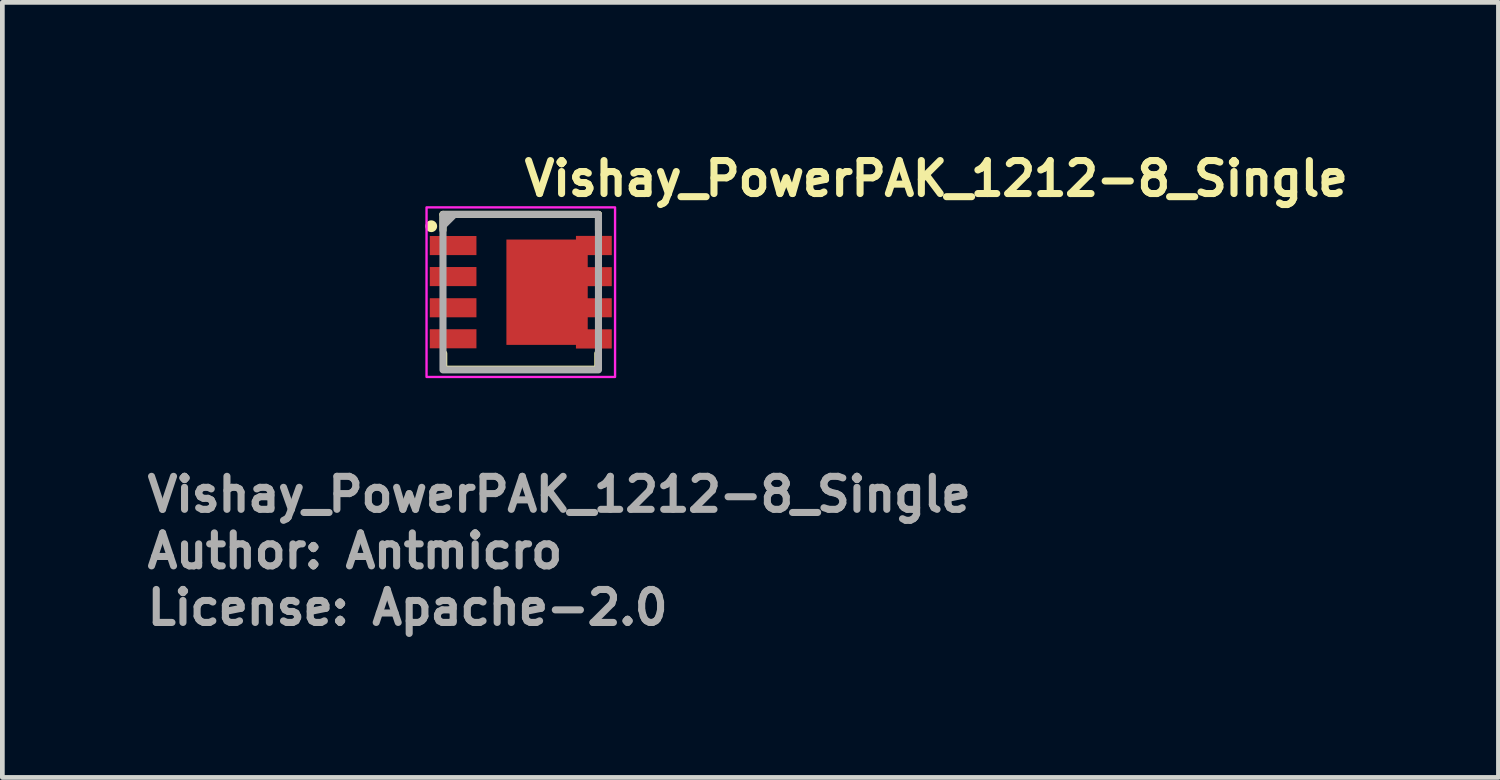
<source format=kicad_pcb>
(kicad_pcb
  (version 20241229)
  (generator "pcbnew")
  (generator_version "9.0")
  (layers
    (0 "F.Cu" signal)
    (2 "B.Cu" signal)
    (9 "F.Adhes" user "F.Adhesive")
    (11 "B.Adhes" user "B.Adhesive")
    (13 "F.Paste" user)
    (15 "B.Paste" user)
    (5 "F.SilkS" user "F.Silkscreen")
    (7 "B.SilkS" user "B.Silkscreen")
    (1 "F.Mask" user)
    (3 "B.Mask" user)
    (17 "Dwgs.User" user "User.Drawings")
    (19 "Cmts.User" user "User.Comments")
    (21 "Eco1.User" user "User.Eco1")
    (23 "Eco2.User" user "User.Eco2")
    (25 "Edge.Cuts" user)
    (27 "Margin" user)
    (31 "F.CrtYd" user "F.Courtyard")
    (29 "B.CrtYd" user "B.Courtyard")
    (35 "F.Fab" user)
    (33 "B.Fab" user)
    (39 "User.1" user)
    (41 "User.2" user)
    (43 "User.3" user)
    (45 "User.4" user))
  (footprint "Vishay_PowerPAK_1212-8_Single"
    (layer "F.Cu")
    (at 8 3.15)
    (property "Reference" "Vishay_PowerPAK_1212-8_Single" (at 0 -2 0) (layer "F.SilkS") (effects (font (size 0.7 0.7) (thickness 0.15)) (justify left bottom)))
    (attr smd)
    (fp_line (start -1.651 -1.651) (end -1.651 -1.317) (stroke (width 0.15) (type solid)) (layer "F.SilkS"))
    (fp_line (start -1.651 -1.651) (end 1.648 -1.651) (stroke (width 0.15) (type solid)) (layer "F.SilkS"))
    (fp_line (start -1.635 1.3) (end -1.635 1.634) (stroke (width 0.15) (type solid)) (layer "F.SilkS"))
    (fp_line (start -1.635 1.634) (end 1.634 1.634) (stroke (width 0.15) (type solid)) (layer "F.SilkS"))
    (fp_line (start 1.634 1.3) (end 1.634 1.634) (stroke (width 0.15) (type solid)) (layer "F.SilkS"))
    (fp_line (start 1.648 -1.651) (end 1.648 -1.317) (stroke (width 0.15) (type solid)) (layer "F.SilkS"))
    (fp_circle (center -1.9 -1.4) (end -1.85 -1.4) (stroke (width 0.15) (type solid)) (fill yes) (layer "F.SilkS"))
    (fp_rect (start -2 -1.8) (end 2 1.798) (stroke (width 0.05) (type solid)) (fill no) (layer "F.CrtYd"))
    (fp_line (start -1.643 -1.417) (end -1.417 -1.643) (stroke (width 0.15) (type solid)) (layer "F.Fab"))
    (fp_rect (start -1.651 -1.651) (end 1.648 1.648) (stroke (width 0.15) (type solid)) (fill no) (layer "F.Fab"))
    (fp_rect (start -1.651 -1.651) (end 1.648 1.648) (stroke (width 0.1) (type solid)) (fill no) (layer "User.5"))
    (fp_line (start -1.651 -1.125) (end -1.526 -1.125) (stroke (width 0.02) (type solid)) (layer "User.9"))
    (fp_line (start -1.651 -0.826) (end -1.651 -1.125) (stroke (width 0.02) (type solid)) (layer "User.9"))
    (fp_line (start -1.651 -0.476) (end -1.526 -0.476) (stroke (width 0.02) (type solid)) (layer "User.9"))
    (fp_line (start -1.651 -0.176) (end -1.651 -0.476) (stroke (width 0.02) (type solid)) (layer "User.9"))
    (fp_line (start -1.651 0.174) (end -1.526 0.174) (stroke (width 0.02) (type solid)) (layer "User.9"))
    (fp_line (start -1.651 0.474) (end -1.651 0.174) (stroke (width 0.02) (type solid)) (layer "User.9"))
    (fp_line (start -1.651 0.824) (end -1.526 0.824) (stroke (width 0.02) (type solid)) (layer "User.9"))
    (fp_line (start -1.651 1.124) (end -1.651 0.824) (stroke (width 0.02) (type solid)) (layer "User.9"))
    (fp_line (start -1.526 -1.486) (end -1.526 -1.484) (stroke (width 0.02) (type solid)) (layer "User.9"))
    (fp_line (start -1.526 -1.484) (end -1.526 -1.482) (stroke (width 0.02) (type solid)) (layer "User.9"))
    (fp_line (start -1.526 -1.482) (end -1.526 -1.478) (stroke (width 0.02) (type solid)) (layer "User.9"))
    (fp_line (start -1.526 -1.478) (end -1.526 -1.476) (stroke (width 0.02) (type solid)) (layer "User.9"))
    (fp_line (start -1.526 -1.476) (end -1.526 -1.125) (stroke (width 0.02) (type solid)) (layer "User.9"))
    (fp_line (start -1.526 -1.125) (end -1.526 -0.826) (stroke (width 0.02) (type solid)) (layer "User.9"))
    (fp_line (start -1.526 -0.826) (end -1.651 -0.826) (stroke (width 0.02) (type solid)) (layer "User.9"))
    (fp_line (start -1.526 -0.826) (end -1.526 -0.476) (stroke (width 0.02) (type solid)) (layer "User.9"))
    (fp_line (start -1.526 -0.476) (end -1.526 -0.176) (stroke (width 0.02) (type solid)) (layer "User.9"))
    (fp_line (start -1.526 -0.176) (end -1.651 -0.176) (stroke (width 0.02) (type solid)) (layer "User.9"))
    (fp_line (start -1.526 -0.176) (end -1.526 0.174) (stroke (width 0.02) (type solid)) (layer "User.9"))
    (fp_line (start -1.526 0.174) (end -1.526 0.474) (stroke (width 0.02) (type solid)) (layer "User.9"))
    (fp_line (start -1.526 0.474) (end -1.651 0.474) (stroke (width 0.02) (type solid)) (layer "User.9"))
    (fp_line (start -1.526 0.474) (end -1.526 0.824) (stroke (width 0.02) (type solid)) (layer "User.9"))
    (fp_line (start -1.526 0.824) (end -1.526 1.124) (stroke (width 0.02) (type solid)) (layer "User.9"))
    (fp_line (start -1.526 1.124) (end -1.651 1.124) (stroke (width 0.02) (type solid)) (layer "User.9"))
    (fp_line (start -1.526 1.124) (end -1.526 1.475) (stroke (width 0.02) (type solid)) (layer "User.9"))
    (fp_line (start -1.526 1.475) (end -1.526 1.477) (stroke (width 0.02) (type solid)) (layer "User.9"))
    (fp_line (start -1.526 1.475) (end -1.524 1.473) (stroke (width 0.02) (type solid)) (layer "User.9"))
    (fp_line (start -1.526 1.477) (end -1.526 1.479) (stroke (width 0.02) (type solid)) (layer "User.9"))
    (fp_line (start -1.526 1.479) (end -1.526 1.481) (stroke (width 0.02) (type solid)) (layer "User.9"))
    (fp_line (start -1.526 1.481) (end -1.526 1.485) (stroke (width 0.02) (type solid)) (layer "User.9"))
    (fp_line (start -1.526 1.485) (end -1.524 1.487) (stroke (width 0.02) (type solid)) (layer "User.9"))
    (fp_line (start -1.524 -1.494) (end -1.524 -1.49) (stroke (width 0.02) (type solid)) (layer "User.9"))
    (fp_line (start -1.524 -1.49) (end -1.524 -1.488) (stroke (width 0.02) (type solid)) (layer "User.9"))
    (fp_line (start -1.524 -1.488) (end -1.526 -1.486) (stroke (width 0.02) (type solid)) (layer "User.9"))
    (fp_line (start -1.524 -1.474) (end -1.526 -1.476) (stroke (width 0.02) (type solid)) (layer "User.9"))
    (fp_line (start -1.524 1.473) (end -1.522 1.469) (stroke (width 0.02) (type solid)) (layer "User.9"))
    (fp_line (start -1.524 1.487) (end -1.524 1.489) (stroke (width 0.02) (type solid)) (layer "User.9"))
    (fp_line (start -1.524 1.489) (end -1.524 1.491) (stroke (width 0.02) (type solid)) (layer "User.9"))
    (fp_line (start -1.524 1.491) (end -1.522 1.493) (stroke (width 0.02) (type solid)) (layer "User.9"))
    (fp_line (start -1.522 -1.498) (end -1.522 -1.496) (stroke (width 0.02) (type solid)) (layer "User.9"))
    (fp_line (start -1.522 -1.496) (end -1.524 -1.494) (stroke (width 0.02) (type solid)) (layer "User.9"))
    (fp_line (start -1.522 -1.472) (end -1.524 -1.474) (stroke (width 0.02) (type solid)) (layer "User.9"))
    (fp_line (start -1.522 1.469) (end -1.52 1.467) (stroke (width 0.02) (type solid)) (layer "User.9"))
    (fp_line (start -1.522 1.493) (end -1.522 1.495) (stroke (width 0.02) (type solid)) (layer "User.9"))
    (fp_line (start -1.522 1.495) (end -1.52 1.497) (stroke (width 0.02) (type solid)) (layer "User.9"))
    (fp_line (start -1.52 -1.5) (end -1.522 -1.498) (stroke (width 0.02) (type solid)) (layer "User.9"))
    (fp_line (start -1.52 -1.47) (end -1.522 -1.472) (stroke (width 0.02) (type solid)) (layer "User.9"))
    (fp_line (start -1.52 1.467) (end -1.518 1.465) (stroke (width 0.02) (type solid)) (layer "User.9"))
    (fp_line (start -1.52 1.497) (end -1.518 1.499) (stroke (width 0.02) (type solid)) (layer "User.9"))
    (fp_line (start -1.518 -1.504) (end -1.518 -1.502) (stroke (width 0.02) (type solid)) (layer "User.9"))
    (fp_line (start -1.518 -1.502) (end -1.52 -1.5) (stroke (width 0.02) (type solid)) (layer "User.9"))
    (fp_line (start -1.518 -1.466) (end -1.52 -1.47) (stroke (width 0.02) (type solid)) (layer "User.9"))
    (fp_line (start -1.518 1.465) (end -1.516 1.461) (stroke (width 0.02) (type solid)) (layer "User.9"))
    (fp_line (start -1.518 1.499) (end -1.518 1.501) (stroke (width 0.02) (type solid)) (layer "User.9"))
    (fp_line (start -1.518 1.501) (end -1.516 1.503) (stroke (width 0.02) (type solid)) (layer "User.9"))
    (fp_line (start -1.516 -1.506) (end -1.518 -1.504) (stroke (width 0.02) (type solid)) (layer "User.9"))
    (fp_line (start -1.516 -1.462) (end -1.518 -1.466) (stroke (width 0.02) (type solid)) (layer "User.9"))
    (fp_line (start -1.516 1.461) (end -1.514 1.457) (stroke (width 0.02) (type solid)) (layer "User.9"))
    (fp_line (start -1.516 1.503) (end -1.514 1.505) (stroke (width 0.02) (type solid)) (layer "User.9"))
    (fp_line (start -1.514 -1.508) (end -1.516 -1.506) (stroke (width 0.02) (type solid)) (layer "User.9"))
    (fp_line (start -1.514 -1.46) (end -1.516 -1.462) (stroke (width 0.02) (type solid)) (layer "User.9"))
    (fp_line (start -1.514 1.457) (end -1.512 1.455) (stroke (width 0.02) (type solid)) (layer "User.9"))
    (fp_line (start -1.514 1.505) (end -1.512 1.507) (stroke (width 0.02) (type solid)) (layer "User.9"))
    (fp_line (start -1.512 -1.512) (end -1.512 -1.51) (stroke (width 0.02) (type solid)) (layer "User.9"))
    (fp_line (start -1.512 -1.51) (end -1.514 -1.508) (stroke (width 0.02) (type solid)) (layer "User.9"))
    (fp_line (start -1.512 1.455) (end -1.51 1.451) (stroke (width 0.02) (type solid)) (layer "User.9"))
    (fp_line (start -1.512 1.507) (end -1.512 1.509) (stroke (width 0.02) (type solid)) (layer "User.9"))
    (fp_line (start -1.512 1.509) (end -1.51 1.511) (stroke (width 0.02) (type solid)) (layer "User.9"))
    (fp_line (start -1.51 -1.512) (end -1.512 -1.512) (stroke (width 0.02) (type solid)) (layer "User.9"))
    (fp_line (start -1.51 -1.452) (end -1.514 -1.46) (stroke (width 0.02) (type solid)) (layer "User.9"))
    (fp_line (start -1.51 1.451) (end -1.508 1.445) (stroke (width 0.02) (type solid)) (layer "User.9"))
    (fp_line (start -1.51 1.511) (end -1.508 1.513) (stroke (width 0.02) (type solid)) (layer "User.9"))
    (fp_line (start -1.508 -1.514) (end -1.51 -1.512) (stroke (width 0.02) (type solid)) (layer "User.9"))
    (fp_line (start -1.508 1.445) (end -1.506 1.441) (stroke (width 0.02) (type solid)) (layer "User.9"))
    (fp_line (start -1.508 1.513) (end -1.506 1.515) (stroke (width 0.02) (type solid)) (layer "User.9"))
    (fp_line (start -1.506 -1.516) (end -1.508 -1.514) (stroke (width 0.02) (type solid)) (layer "User.9"))
    (fp_line (start -1.506 -1.442) (end -1.51 -1.452) (stroke (width 0.02) (type solid)) (layer "User.9"))
    (fp_line (start -1.506 1.441) (end -1.504 1.437) (stroke (width 0.02) (type solid)) (layer "User.9"))
    (fp_line (start -1.506 1.515) (end -1.504 1.515) (stroke (width 0.02) (type solid)) (layer "User.9"))
    (fp_line (start -1.504 -1.518) (end -1.506 -1.516) (stroke (width 0.02) (type solid)) (layer "User.9"))
    (fp_line (start -1.504 1.437) (end -1.502 1.431) (stroke (width 0.02) (type solid)) (layer "User.9"))
    (fp_line (start -1.504 1.515) (end -1.502 1.517) (stroke (width 0.02) (type solid)) (layer "User.9"))
    (fp_line (start -1.502 -1.518) (end -1.504 -1.518) (stroke (width 0.02) (type solid)) (layer "User.9"))
    (fp_line (start -1.502 -1.434) (end -1.506 -1.442) (stroke (width 0.02) (type solid)) (layer "User.9"))
    (fp_line (start -1.502 1.431) (end -1.498 1.427) (stroke (width 0.02) (type solid)) (layer "User.9"))
    (fp_line (start -1.502 1.517) (end -1.5 1.519) (stroke (width 0.02) (type solid)) (layer "User.9"))
    (fp_line (start -1.5 -1.52) (end -1.502 -1.518) (stroke (width 0.02) (type solid)) (layer "User.9"))
    (fp_line (start -1.5 1.519) (end -1.498 1.519) (stroke (width 0.02) (type solid)) (layer "User.9"))
    (fp_line (start -1.498 -1.522) (end -1.5 -1.52) (stroke (width 0.02) (type solid)) (layer "User.9"))
    (fp_line (start -1.498 1.427) (end -1.496 1.421) (stroke (width 0.02) (type solid)) (layer "User.9"))
    (fp_line (start -1.498 1.519) (end -1.496 1.521) (stroke (width 0.02) (type solid)) (layer "User.9"))
    (fp_line (start -1.496 -1.522) (end -1.498 -1.522) (stroke (width 0.02) (type solid)) (layer "User.9"))
    (fp_line (start -1.496 -1.422) (end -1.502 -1.434) (stroke (width 0.02) (type solid)) (layer "User.9"))
    (fp_line (start -1.496 1.421) (end -1.494 1.415) (stroke (width 0.02) (type solid)) (layer "User.9"))
    (fp_line (start -1.496 1.521) (end -1.494 1.521) (stroke (width 0.02) (type solid)) (layer "User.9"))
    (fp_line (start -1.494 -1.524) (end -1.496 -1.522) (stroke (width 0.02) (type solid)) (layer "User.9"))
    (fp_line (start -1.494 1.415) (end -1.492 1.409) (stroke (width 0.02) (type solid)) (layer "User.9"))
    (fp_line (start -1.494 1.521) (end -1.49 1.521) (stroke (width 0.02) (type solid)) (layer "User.9"))
    (fp_line (start -1.492 -1.41) (end -1.496 -1.422) (stroke (width 0.02) (type solid)) (layer "User.9"))
    (fp_line (start -1.492 -1.41) (end -1.492 -1.41) (stroke (width 0.02) (type solid)) (layer "User.9"))
    (fp_line (start -1.492 1.409) (end -1.492 1.409) (stroke (width 0.02) (type solid)) (layer "User.9"))
    (fp_line (start -1.492 1.409) (end -1.484 1.388) (stroke (width 0.02) (type solid)) (layer "User.9"))
    (fp_line (start -1.49 -1.524) (end -1.494 -1.524) (stroke (width 0.02) (type solid)) (layer "User.9"))
    (fp_line (start -1.49 1.521) (end -1.488 1.523) (stroke (width 0.02) (type solid)) (layer "User.9"))
    (fp_line (start -1.488 -1.524) (end -1.49 -1.524) (stroke (width 0.02) (type solid)) (layer "User.9"))
    (fp_line (start -1.488 1.523) (end -1.486 1.523) (stroke (width 0.02) (type solid)) (layer "User.9"))
    (fp_line (start -1.486 -1.526) (end -1.488 -1.524) (stroke (width 0.02) (type solid)) (layer "User.9"))
    (fp_line (start -1.486 1.523) (end -1.484 1.523) (stroke (width 0.02) (type solid)) (layer "User.9"))
    (fp_line (start -1.484 -1.526) (end -1.486 -1.526) (stroke (width 0.02) (type solid)) (layer "User.9"))
    (fp_line (start -1.484 1.388) (end -1.476 1.364) (stroke (width 0.02) (type solid)) (layer "User.9"))
    (fp_line (start -1.484 1.523) (end -1.482 1.523) (stroke (width 0.02) (type solid)) (layer "User.9"))
    (fp_line (start -1.482 -1.526) (end -1.484 -1.526) (stroke (width 0.02) (type solid)) (layer "User.9"))
    (fp_line (start -1.482 -1.383) (end -1.492 -1.41) (stroke (width 0.02) (type solid)) (layer "User.9"))
    (fp_line (start -1.482 1.523) (end -1.478 1.523) (stroke (width 0.02) (type solid)) (layer "User.9"))
    (fp_line (start -1.478 -1.526) (end -1.482 -1.526) (stroke (width 0.02) (type solid)) (layer "User.9"))
    (fp_line (start -1.478 1.523) (end -1.476 1.523) (stroke (width 0.02) (type solid)) (layer "User.9"))
    (fp_line (start -1.476 -1.526) (end -1.478 -1.526) (stroke (width 0.02) (type solid)) (layer "User.9"))
    (fp_line (start -1.476 -1.526) (end -1.474 -1.524) (stroke (width 0.02) (type solid)) (layer "User.9"))
    (fp_line (start -1.476 1.364) (end -1.468 1.338) (stroke (width 0.02) (type solid)) (layer "User.9"))
    (fp_line (start -1.476 1.523) (end -0.315 1.523) (stroke (width 0.02) (type solid)) (layer "User.9"))
    (fp_line (start -1.474 -1.524) (end -1.472 -1.522) (stroke (width 0.02) (type solid)) (layer "User.9"))
    (fp_line (start -1.474 1.523) (end -1.476 1.523) (stroke (width 0.02) (type solid)) (layer "User.9"))
    (fp_line (start -1.472 -1.522) (end -1.47 -1.52) (stroke (width 0.02) (type solid)) (layer "User.9"))
    (fp_line (start -1.472 1.521) (end -1.474 1.523) (stroke (width 0.02) (type solid)) (layer "User.9"))
    (fp_line (start -1.47 -1.52) (end -1.466 -1.518) (stroke (width 0.02) (type solid)) (layer "User.9"))
    (fp_line (start -1.47 1.519) (end -1.472 1.521) (stroke (width 0.02) (type solid)) (layer "User.9"))
    (fp_line (start -1.468 1.338) (end -1.458 1.314) (stroke (width 0.02) (type solid)) (layer "User.9"))
    (fp_line (start -1.466 -1.518) (end -1.464 -1.516) (stroke (width 0.02) (type solid)) (layer "User.9"))
    (fp_line (start -1.466 1.517) (end -1.47 1.519) (stroke (width 0.02) (type solid)) (layer "User.9"))
    (fp_line (start -1.464 -1.516) (end -1.46 -1.514) (stroke (width 0.02) (type solid)) (layer "User.9"))
    (fp_line (start -1.462 1.515) (end -1.466 1.517) (stroke (width 0.02) (type solid)) (layer "User.9"))
    (fp_line (start -1.46 -1.514) (end -1.456 -1.512) (stroke (width 0.02) (type solid)) (layer "User.9"))
    (fp_line (start -1.46 1.513) (end -1.462 1.515) (stroke (width 0.02) (type solid)) (layer "User.9"))
    (fp_line (start -1.458 -1.315) (end -1.482 -1.383) (stroke (width 0.02) (type solid)) (layer "User.9"))
    (fp_line (start -1.458 1.314) (end -1.456 1.308) (stroke (width 0.02) (type solid)) (layer "User.9"))
    (fp_line (start -1.456 -1.512) (end -1.452 -1.51) (stroke (width 0.02) (type solid)) (layer "User.9"))
    (fp_line (start -1.456 -1.305) (end -1.458 -1.315) (stroke (width 0.02) (type solid)) (layer "User.9"))
    (fp_line (start -1.456 1.304) (end -1.452 1.292) (stroke (width 0.02) (type solid)) (layer "User.9"))
    (fp_line (start -1.456 1.308) (end -1.456 1.304) (stroke (width 0.02) (type solid)) (layer "User.9"))
    (fp_line (start -1.452 -1.51) (end -1.448 -1.508) (stroke (width 0.02) (type solid)) (layer "User.9"))
    (fp_line (start -1.452 -1.295) (end -1.456 -1.305) (stroke (width 0.02) (type solid)) (layer "User.9"))
    (fp_line (start -1.452 1.292) (end -1.45 1.28) (stroke (width 0.02) (type solid)) (layer "User.9"))
    (fp_line (start -1.452 1.507) (end -1.46 1.513) (stroke (width 0.02) (type solid)) (layer "User.9"))
    (fp_line (start -1.45 -1.283) (end -1.452 -1.295) (stroke (width 0.02) (type solid)) (layer "User.9"))
    (fp_line (start -1.45 1.28) (end -1.448 1.267) (stroke (width 0.02) (type solid)) (layer "User.9"))
    (fp_line (start -1.448 -1.508) (end -1.444 -1.506) (stroke (width 0.02) (type solid)) (layer "User.9"))
    (fp_line (start -1.448 -1.27) (end -1.45 -1.283) (stroke (width 0.02) (type solid)) (layer "User.9"))
    (fp_line (start -1.448 1.267) (end -1.444 1.253) (stroke (width 0.02) (type solid)) (layer "User.9"))
    (fp_line (start -1.444 -1.506) (end -1.438 -1.504) (stroke (width 0.02) (type solid)) (layer "User.9"))
    (fp_line (start -1.444 -1.256) (end -1.448 -1.27) (stroke (width 0.02) (type solid)) (layer "User.9"))
    (fp_line (start -1.444 1.253) (end -1.442 1.239) (stroke (width 0.02) (type solid)) (layer "User.9"))
    (fp_line (start -1.442 -1.24) (end -1.444 -1.256) (stroke (width 0.02) (type solid)) (layer "User.9"))
    (fp_line (start -1.442 1.239) (end -1.44 1.223) (stroke (width 0.02) (type solid)) (layer "User.9"))
    (fp_line (start -1.442 1.503) (end -1.452 1.507) (stroke (width 0.02) (type solid)) (layer "User.9"))
    (fp_line (start -1.44 -1.224) (end -1.442 -1.24) (stroke (width 0.02) (type solid)) (layer "User.9"))
    (fp_line (start -1.44 1.223) (end -1.438 1.205) (stroke (width 0.02) (type solid)) (layer "User.9"))
    (fp_line (start -1.438 -1.504) (end -1.434 -1.502) (stroke (width 0.02) (type solid)) (layer "User.9"))
    (fp_line (start -1.438 -1.212) (end -1.438 -1.208) (stroke (width 0.02) (type solid)) (layer "User.9"))
    (fp_line (start -1.438 -1.208) (end -1.44 -1.224) (stroke (width 0.02) (type solid)) (layer "User.9"))
    (fp_line (start -1.438 -1.208) (end -1.438 -1.19) (stroke (width 0.02) (type solid)) (layer "User.9"))
    (fp_line (start -1.438 -1.19) (end -1.436 -1.17) (stroke (width 0.02) (type solid)) (layer "User.9"))
    (fp_line (start -1.438 1.187) (end -1.438 1.205) (stroke (width 0.02) (type solid)) (layer "User.9"))
    (fp_line (start -1.438 1.205) (end -1.438 1.211) (stroke (width 0.02) (type solid)) (layer "User.9"))
    (fp_line (start -1.438 1.211) (end -1.436 1.215) (stroke (width 0.02) (type solid)) (layer "User.9"))
    (fp_line (start -1.436 -1.218) (end -1.438 -1.212) (stroke (width 0.02) (type solid)) (layer "User.9"))
    (fp_line (start -1.436 -1.17) (end -1.434 -1.151) (stroke (width 0.02) (type solid)) (layer "User.9"))
    (fp_line (start -1.436 1.169) (end -1.438 1.187) (stroke (width 0.02) (type solid)) (layer "User.9"))
    (fp_line (start -1.436 1.215) (end -1.434 1.221) (stroke (width 0.02) (type solid)) (layer "User.9"))
    (fp_line (start -1.434 -1.502) (end -1.428 -1.498) (stroke (width 0.02) (type solid)) (layer "User.9"))
    (fp_line (start -1.434 -1.222) (end -1.436 -1.218) (stroke (width 0.02) (type solid)) (layer "User.9"))
    (fp_line (start -1.434 -1.151) (end -1.434 -1.129) (stroke (width 0.02) (type solid)) (layer "User.9"))
    (fp_line (start -1.434 -1.129) (end -1.434 -1.107) (stroke (width 0.02) (type solid)) (layer "User.9"))
    (fp_line (start -1.434 -1.107) (end -1.432 -1.085) (stroke (width 0.02) (type solid)) (layer "User.9"))
    (fp_line (start -1.434 1.128) (end -1.434 1.148) (stroke (width 0.02) (type solid)) (layer "User.9"))
    (fp_line (start -1.434 1.148) (end -1.436 1.169) (stroke (width 0.02) (type solid)) (layer "User.9"))
    (fp_line (start -1.434 1.221) (end -1.432 1.225) (stroke (width 0.02) (type solid)) (layer "User.9"))
    (fp_line (start -1.434 1.499) (end -1.442 1.503) (stroke (width 0.02) (type solid)) (layer "User.9"))
    (fp_line (start -1.432 -1.228) (end -1.434 -1.222) (stroke (width 0.02) (type solid)) (layer "User.9"))
    (fp_line (start -1.432 -1.085) (end -1.432 -1.061) (stroke (width 0.02) (type solid)) (layer "User.9"))
    (fp_line (start -1.432 -1.061) (end -1.432 -1.035) (stroke (width 0.02) (type solid)) (layer "User.9"))
    (fp_line (start -1.432 1.032) (end -1.432 1.082) (stroke (width 0.02) (type solid)) (layer "User.9"))
    (fp_line (start -1.432 1.032) (end -1.365 1.032) (stroke (width 0.02) (type solid)) (layer "User.9"))
    (fp_line (start -1.432 1.082) (end -1.434 1.128) (stroke (width 0.02) (type solid)) (layer "User.9"))
    (fp_line (start -1.432 1.225) (end -1.428 1.231) (stroke (width 0.02) (type solid)) (layer "User.9"))
    (fp_line (start -1.428 -1.498) (end -1.422 -1.496) (stroke (width 0.02) (type solid)) (layer "User.9"))
    (fp_line (start -1.428 -1.232) (end -1.432 -1.228) (stroke (width 0.02) (type solid)) (layer "User.9"))
    (fp_line (start -1.428 1.231) (end -1.424 1.237) (stroke (width 0.02) (type solid)) (layer "User.9"))
    (fp_line (start -1.424 -1.238) (end -1.428 -1.232) (stroke (width 0.02) (type solid)) (layer "User.9"))
    (fp_line (start -1.424 1.237) (end -1.42 1.241) (stroke (width 0.02) (type solid)) (layer "User.9"))
    (fp_line (start -1.422 -1.496) (end -1.416 -1.494) (stroke (width 0.02) (type solid)) (layer "User.9"))
    (fp_line (start -1.422 1.495) (end -1.434 1.499) (stroke (width 0.02) (type solid)) (layer "User.9"))
    (fp_line (start -1.42 -1.244) (end -1.424 -1.238) (stroke (width 0.02) (type solid)) (layer "User.9"))
    (fp_line (start -1.42 1.241) (end -1.416 1.247) (stroke (width 0.02) (type solid)) (layer "User.9"))
    (fp_line (start -1.416 -1.494) (end -1.41 -1.492) (stroke (width 0.02) (type solid)) (layer "User.9"))
    (fp_line (start -1.416 -1.416) (end -1.321 -1.321) (stroke (width 0.02) (type solid)) (layer "User.9"))
    (fp_line (start -1.416 -1.25) (end -1.42 -1.244) (stroke (width 0.02) (type solid)) (layer "User.9"))
    (fp_line (start -1.416 1.247) (end -1.412 1.253) (stroke (width 0.02) (type solid)) (layer "User.9"))
    (fp_line (start -1.416 1.413) (end -1.321 1.32) (stroke (width 0.02) (type solid)) (layer "User.9"))
    (fp_line (start -1.412 -1.254) (end -1.416 -1.25) (stroke (width 0.02) (type solid)) (layer "User.9"))
    (fp_line (start -1.412 1.253) (end -1.407 1.259) (stroke (width 0.02) (type solid)) (layer "User.9"))
    (fp_line (start -1.41 -1.492) (end -1.41 -1.492) (stroke (width 0.02) (type solid)) (layer "User.9"))
    (fp_line (start -1.41 -1.492) (end -1.391 -1.484) (stroke (width 0.02) (type solid)) (layer "User.9"))
    (fp_line (start -1.41 1.489) (end -1.422 1.495) (stroke (width 0.02) (type solid)) (layer "User.9"))
    (fp_line (start -1.41 1.489) (end -1.41 1.489) (stroke (width 0.02) (type solid)) (layer "User.9"))
    (fp_line (start -1.407 -1.26) (end -1.412 -1.254) (stroke (width 0.02) (type solid)) (layer "User.9"))
    (fp_line (start -1.407 1.259) (end -1.401 1.265) (stroke (width 0.02) (type solid)) (layer "User.9"))
    (fp_line (start -1.401 -1.266) (end -1.407 -1.26) (stroke (width 0.02) (type solid)) (layer "User.9"))
    (fp_line (start -1.401 1.265) (end -1.397 1.269) (stroke (width 0.02) (type solid)) (layer "User.9"))
    (fp_line (start -1.397 -1.272) (end -1.401 -1.266) (stroke (width 0.02) (type solid)) (layer "User.9"))
    (fp_line (start -1.397 1.269) (end -1.391 1.275) (stroke (width 0.02) (type solid)) (layer "User.9"))
    (fp_line (start -1.391 -1.484) (end -1.367 -1.476) (stroke (width 0.02) (type solid)) (layer "User.9"))
    (fp_line (start -1.391 -1.276) (end -1.397 -1.272) (stroke (width 0.02) (type solid)) (layer "User.9"))
    (fp_line (start -1.391 1.275) (end -1.385 1.28) (stroke (width 0.02) (type solid)) (layer "User.9"))
    (fp_line (start -1.385 -1.283) (end -1.391 -1.276) (stroke (width 0.02) (type solid)) (layer "User.9"))
    (fp_line (start -1.385 1.28) (end -1.379 1.286) (stroke (width 0.02) (type solid)) (layer "User.9"))
    (fp_line (start -1.383 1.481) (end -1.41 1.489) (stroke (width 0.02) (type solid)) (layer "User.9"))
    (fp_line (start -1.379 -1.287) (end -1.385 -1.283) (stroke (width 0.02) (type solid)) (layer "User.9"))
    (fp_line (start -1.379 1.286) (end -1.373 1.29) (stroke (width 0.02) (type solid)) (layer "User.9"))
    (fp_line (start -1.373 -1.291) (end -1.379 -1.287) (stroke (width 0.02) (type solid)) (layer "User.9"))
    (fp_line (start -1.373 -1.291) (end -1.373 -1.291) (stroke (width 0.02) (type solid)) (layer "User.9"))
    (fp_line (start -1.373 1.29) (end -1.373 1.29) (stroke (width 0.02) (type solid)) (layer "User.9"))
    (fp_line (start -1.373 1.29) (end -1.367 1.294) (stroke (width 0.02) (type solid)) (layer "User.9"))
    (fp_line (start -1.367 -1.476) (end -1.341 -1.468) (stroke (width 0.02) (type solid)) (layer "User.9"))
    (fp_line (start -1.367 -1.297) (end -1.373 -1.291) (stroke (width 0.02) (type solid)) (layer "User.9"))
    (fp_line (start -1.367 1.294) (end -1.361 1.298) (stroke (width 0.02) (type solid)) (layer "User.9"))
    (fp_line (start -1.365 -1.065) (end -1.365 -1.035) (stroke (width 0.02) (type solid)) (layer "User.9"))
    (fp_line (start -1.365 -1.035) (end -1.432 -1.035) (stroke (width 0.02) (type solid)) (layer "User.9"))
    (fp_line (start -1.365 -1.035) (end -1.234 -1.035) (stroke (width 0.02) (type solid)) (layer "User.9"))
    (fp_line (start -1.365 1.032) (end -1.365 1.064) (stroke (width 0.02) (type solid)) (layer "User.9"))
    (fp_line (start -1.365 1.032) (end -1.234 1.032) (stroke (width 0.02) (type solid)) (layer "User.9"))
    (fp_line (start -1.365 1.064) (end -1.363 1.094) (stroke (width 0.02) (type solid)) (layer "User.9"))
    (fp_line (start -1.363 -1.097) (end -1.365 -1.065) (stroke (width 0.02) (type solid)) (layer "User.9"))
    (fp_line (start -1.363 1.094) (end -1.361 1.124) (stroke (width 0.02) (type solid)) (layer "User.9"))
    (fp_line (start -1.361 -1.301) (end -1.367 -1.297) (stroke (width 0.02) (type solid)) (layer "User.9"))
    (fp_line (start -1.361 -1.127) (end -1.363 -1.097) (stroke (width 0.02) (type solid)) (layer "User.9"))
    (fp_line (start -1.361 1.124) (end -1.359 1.153) (stroke (width 0.02) (type solid)) (layer "User.9"))
    (fp_line (start -1.361 1.298) (end -1.355 1.302) (stroke (width 0.02) (type solid)) (layer "User.9"))
    (fp_line (start -1.359 -1.156) (end -1.361 -1.127) (stroke (width 0.02) (type solid)) (layer "User.9"))
    (fp_line (start -1.359 1.153) (end -1.355 1.181) (stroke (width 0.02) (type solid)) (layer "User.9"))
    (fp_line (start -1.355 -1.305) (end -1.361 -1.301) (stroke (width 0.02) (type solid)) (layer "User.9"))
    (fp_line (start -1.355 -1.184) (end -1.359 -1.156) (stroke (width 0.02) (type solid)) (layer "User.9"))
    (fp_line (start -1.355 1.181) (end -1.351 1.207) (stroke (width 0.02) (type solid)) (layer "User.9"))
    (fp_line (start -1.355 1.302) (end -1.347 1.306) (stroke (width 0.02) (type solid)) (layer "User.9"))
    (fp_line (start -1.351 -1.21) (end -1.355 -1.184) (stroke (width 0.02) (type solid)) (layer "User.9"))
    (fp_line (start -1.351 1.207) (end -1.347 1.231) (stroke (width 0.02) (type solid)) (layer "User.9"))
    (fp_line (start -1.347 -1.307) (end -1.355 -1.305) (stroke (width 0.02) (type solid)) (layer "User.9"))
    (fp_line (start -1.347 -1.234) (end -1.351 -1.21) (stroke (width 0.02) (type solid)) (layer "User.9"))
    (fp_line (start -1.347 1.231) (end -1.343 1.253) (stroke (width 0.02) (type solid)) (layer "User.9"))
    (fp_line (start -1.347 1.306) (end -1.341 1.31) (stroke (width 0.02) (type solid)) (layer "User.9"))
    (fp_line (start -1.343 -1.256) (end -1.347 -1.234) (stroke (width 0.02) (type solid)) (layer "User.9"))
    (fp_line (start -1.343 -1.256) (end -1.343 -1.256) (stroke (width 0.02) (type solid)) (layer "User.9"))
    (fp_line (start -1.343 1.253) (end -1.343 1.253) (stroke (width 0.02) (type solid)) (layer "User.9"))
    (fp_line (start -1.343 1.253) (end -1.341 1.263) (stroke (width 0.02) (type solid)) (layer "User.9"))
    (fp_line (start -1.341 -1.468) (end -1.315 -1.458) (stroke (width 0.02) (type solid)) (layer "User.9"))
    (fp_line (start -1.341 -1.311) (end -1.347 -1.307) (stroke (width 0.02) (type solid)) (layer "User.9"))
    (fp_line (start -1.341 -1.264) (end -1.343 -1.256) (stroke (width 0.02) (type solid)) (layer "User.9"))
    (fp_line (start -1.341 1.263) (end -1.337 1.271) (stroke (width 0.02) (type solid)) (layer "User.9"))
    (fp_line (start -1.341 1.31) (end -1.335 1.312) (stroke (width 0.02) (type solid)) (layer "User.9"))
    (fp_line (start -1.337 -1.274) (end -1.341 -1.264) (stroke (width 0.02) (type solid)) (layer "User.9"))
    (fp_line (start -1.337 1.271) (end -1.335 1.28) (stroke (width 0.02) (type solid)) (layer "User.9"))
    (fp_line (start -1.335 -1.315) (end -1.341 -1.311) (stroke (width 0.02) (type solid)) (layer "User.9"))
    (fp_line (start -1.335 -1.283) (end -1.337 -1.274) (stroke (width 0.02) (type solid)) (layer "User.9"))
    (fp_line (start -1.335 1.28) (end -1.333 1.29) (stroke (width 0.02) (type solid)) (layer "User.9"))
    (fp_line (start -1.335 1.312) (end -1.327 1.316) (stroke (width 0.02) (type solid)) (layer "User.9"))
    (fp_line (start -1.333 -1.291) (end -1.335 -1.283) (stroke (width 0.02) (type solid)) (layer "User.9"))
    (fp_line (start -1.333 1.29) (end -1.329 1.298) (stroke (width 0.02) (type solid)) (layer "User.9"))
    (fp_line (start -1.329 -1.299) (end -1.333 -1.291) (stroke (width 0.02) (type solid)) (layer "User.9"))
    (fp_line (start -1.329 1.298) (end -1.327 1.304) (stroke (width 0.02) (type solid)) (layer "User.9"))
    (fp_line (start -1.327 -1.319) (end -1.335 -1.315) (stroke (width 0.02) (type solid)) (layer "User.9"))
    (fp_line (start -1.327 -1.307) (end -1.329 -1.299) (stroke (width 0.02) (type solid)) (layer "User.9"))
    (fp_line (start -1.327 1.304) (end -1.325 1.312) (stroke (width 0.02) (type solid)) (layer "User.9"))
    (fp_line (start -1.327 1.316) (end -1.321 1.32) (stroke (width 0.02) (type solid)) (layer "User.9"))
    (fp_line (start -1.325 -1.315) (end -1.327 -1.307) (stroke (width 0.02) (type solid)) (layer "User.9"))
    (fp_line (start -1.325 1.312) (end -1.321 1.32) (stroke (width 0.02) (type solid)) (layer "User.9"))
    (fp_line (start -1.321 -1.321) (end -1.327 -1.319) (stroke (width 0.02) (type solid)) (layer "User.9"))
    (fp_line (start -1.321 -1.321) (end -1.325 -1.315) (stroke (width 0.02) (type solid)) (layer "User.9"))
    (fp_line (start -1.321 -1.321) (end -1.285 -1.285) (stroke (width 0.02) (type solid)) (layer "User.9"))
    (fp_line (start -1.321 1.32) (end -1.319 1.326) (stroke (width 0.02) (type solid)) (layer "User.9"))
    (fp_line (start -1.321 1.32) (end -1.315 1.322) (stroke (width 0.02) (type solid)) (layer "User.9"))
    (fp_line (start -1.321 1.32) (end -1.285 1.282) (stroke (width 0.02) (type solid)) (layer "User.9"))
    (fp_line (start -1.319 -1.327) (end -1.321 -1.321) (stroke (width 0.02) (type solid)) (layer "User.9"))
    (fp_line (start -1.319 1.326) (end -1.315 1.332) (stroke (width 0.02) (type solid)) (layer "User.9"))
    (fp_line (start -1.315 -1.458) (end -1.311 -1.456) (stroke (width 0.02) (type solid)) (layer "User.9"))
    (fp_line (start -1.315 -1.335) (end -1.319 -1.327) (stroke (width 0.02) (type solid)) (layer "User.9"))
    (fp_line (start -1.315 -1.325) (end -1.321 -1.321) (stroke (width 0.02) (type solid)) (layer "User.9"))
    (fp_line (start -1.315 1.322) (end -1.307 1.324) (stroke (width 0.02) (type solid)) (layer "User.9"))
    (fp_line (start -1.315 1.332) (end -1.311 1.34) (stroke (width 0.02) (type solid)) (layer "User.9"))
    (fp_line (start -1.315 1.457) (end -1.383 1.481) (stroke (width 0.02) (type solid)) (layer "User.9"))
    (fp_line (start -1.311 -1.456) (end -1.305 -1.456) (stroke (width 0.02) (type solid)) (layer "User.9"))
    (fp_line (start -1.311 -1.341) (end -1.315 -1.335) (stroke (width 0.02) (type solid)) (layer "User.9"))
    (fp_line (start -1.311 1.34) (end -1.307 1.346) (stroke (width 0.02) (type solid)) (layer "User.9"))
    (fp_line (start -1.307 -1.347) (end -1.311 -1.341) (stroke (width 0.02) (type solid)) (layer "User.9"))
    (fp_line (start -1.307 -1.327) (end -1.315 -1.325) (stroke (width 0.02) (type solid)) (layer "User.9"))
    (fp_line (start -1.307 1.324) (end -1.299 1.328) (stroke (width 0.02) (type solid)) (layer "User.9"))
    (fp_line (start -1.307 1.346) (end -1.305 1.352) (stroke (width 0.02) (type solid)) (layer "User.9"))
    (fp_line (start -1.305 -1.456) (end -1.295 -1.452) (stroke (width 0.02) (type solid)) (layer "User.9"))
    (fp_line (start -1.305 -1.355) (end -1.307 -1.347) (stroke (width 0.02) (type solid)) (layer "User.9"))
    (fp_line (start -1.305 1.352) (end -1.301 1.358) (stroke (width 0.02) (type solid)) (layer "User.9"))
    (fp_line (start -1.305 1.453) (end -1.315 1.457) (stroke (width 0.02) (type solid)) (layer "User.9"))
    (fp_line (start -1.301 -1.361) (end -1.305 -1.355) (stroke (width 0.02) (type solid)) (layer "User.9"))
    (fp_line (start -1.301 1.358) (end -1.297 1.364) (stroke (width 0.02) (type solid)) (layer "User.9"))
    (fp_line (start -1.299 -1.329) (end -1.307 -1.327) (stroke (width 0.02) (type solid)) (layer "User.9"))
    (fp_line (start -1.299 1.328) (end -1.291 1.33) (stroke (width 0.02) (type solid)) (layer "User.9"))
    (fp_line (start -1.297 -1.367) (end -1.301 -1.361) (stroke (width 0.02) (type solid)) (layer "User.9"))
    (fp_line (start -1.297 1.364) (end -1.291 1.37) (stroke (width 0.02) (type solid)) (layer "User.9"))
    (fp_line (start -1.295 -1.452) (end -1.283 -1.45) (stroke (width 0.02) (type solid)) (layer "User.9"))
    (fp_line (start -1.295 1.451) (end -1.305 1.453) (stroke (width 0.02) (type solid)) (layer "User.9"))
    (fp_line (start -1.291 -1.373) (end -1.297 -1.367) (stroke (width 0.02) (type solid)) (layer "User.9"))
    (fp_line (start -1.291 -1.373) (end -1.291 -1.373) (stroke (width 0.02) (type solid)) (layer "User.9"))
    (fp_line (start -1.291 -1.333) (end -1.299 -1.329) (stroke (width 0.02) (type solid)) (layer "User.9"))
    (fp_line (start -1.291 1.33) (end -1.283 1.334) (stroke (width 0.02) (type solid)) (layer "User.9"))
    (fp_line (start -1.291 1.37) (end -1.291 1.37) (stroke (width 0.02) (type solid)) (layer "User.9"))
    (fp_line (start -1.291 1.37) (end -1.287 1.376) (stroke (width 0.02) (type solid)) (layer "User.9"))
    (fp_line (start -1.287 -1.379) (end -1.291 -1.373) (stroke (width 0.02) (type solid)) (layer "User.9"))
    (fp_line (start -1.287 1.376) (end -1.283 1.382) (stroke (width 0.02) (type solid)) (layer "User.9"))
    (fp_line (start -1.285 -1.285) (end -1.285 -1.285) (stroke (width 0.02) (type solid)) (layer "User.9"))
    (fp_line (start -1.285 -1.285) (end -1.176 -1.176) (stroke (width 0.02) (type solid)) (layer "User.9"))
    (fp_line (start -1.285 1.282) (end -1.285 1.282) (stroke (width 0.02) (type solid)) (layer "User.9"))
    (fp_line (start -1.285 1.282) (end -1.176 1.175) (stroke (width 0.02) (type solid)) (layer "User.9"))
    (fp_line (start -1.283 -1.45) (end -1.27 -1.448) (stroke (width 0.02) (type solid)) (layer "User.9"))
    (fp_line (start -1.283 -1.385) (end -1.287 -1.379) (stroke (width 0.02) (type solid)) (layer "User.9"))
    (fp_line (start -1.283 -1.335) (end -1.291 -1.333) (stroke (width 0.02) (type solid)) (layer "User.9"))
    (fp_line (start -1.283 1.334) (end -1.274 1.336) (stroke (width 0.02) (type solid)) (layer "User.9"))
    (fp_line (start -1.283 1.382) (end -1.276 1.388) (stroke (width 0.02) (type solid)) (layer "User.9"))
    (fp_line (start -1.283 1.447) (end -1.295 1.451) (stroke (width 0.02) (type solid)) (layer "User.9"))
    (fp_line (start -1.276 -1.391) (end -1.283 -1.385) (stroke (width 0.02) (type solid)) (layer "User.9"))
    (fp_line (start -1.276 1.388) (end -1.272 1.394) (stroke (width 0.02) (type solid)) (layer "User.9"))
    (fp_line (start -1.274 -1.337) (end -1.283 -1.335) (stroke (width 0.02) (type solid)) (layer "User.9"))
    (fp_line (start -1.274 1.336) (end -1.264 1.338) (stroke (width 0.02) (type solid)) (layer "User.9"))
    (fp_line (start -1.272 -1.397) (end -1.276 -1.391) (stroke (width 0.02) (type solid)) (layer "User.9"))
    (fp_line (start -1.272 1.394) (end -1.266 1.4) (stroke (width 0.02) (type solid)) (layer "User.9"))
    (fp_line (start -1.27 -1.448) (end -1.256 -1.444) (stroke (width 0.02) (type solid)) (layer "User.9"))
    (fp_line (start -1.27 1.445) (end -1.283 1.447) (stroke (width 0.02) (type solid)) (layer "User.9"))
    (fp_line (start -1.266 -1.401) (end -1.272 -1.397) (stroke (width 0.02) (type solid)) (layer "User.9"))
    (fp_line (start -1.266 1.4) (end -1.26 1.404) (stroke (width 0.02) (type solid)) (layer "User.9"))
    (fp_line (start -1.264 -1.341) (end -1.274 -1.337) (stroke (width 0.02) (type solid)) (layer "User.9"))
    (fp_line (start -1.264 1.338) (end -1.256 1.34) (stroke (width 0.02) (type solid)) (layer "User.9"))
    (fp_line (start -1.26 -1.407) (end -1.266 -1.401) (stroke (width 0.02) (type solid)) (layer "User.9"))
    (fp_line (start -1.26 1.404) (end -1.254 1.409) (stroke (width 0.02) (type solid)) (layer "User.9"))
    (fp_line (start -1.256 -1.444) (end -1.24 -1.442) (stroke (width 0.02) (type solid)) (layer "User.9"))
    (fp_line (start -1.256 -1.343) (end -1.264 -1.341) (stroke (width 0.02) (type solid)) (layer "User.9"))
    (fp_line (start -1.256 -1.343) (end -1.256 -1.343) (stroke (width 0.02) (type solid)) (layer "User.9"))
    (fp_line (start -1.256 1.34) (end -1.256 1.34) (stroke (width 0.02) (type solid)) (layer "User.9"))
    (fp_line (start -1.256 1.34) (end -1.234 1.346) (stroke (width 0.02) (type solid)) (layer "User.9"))
    (fp_line (start -1.256 1.443) (end -1.27 1.445) (stroke (width 0.02) (type solid)) (layer "User.9"))
    (fp_line (start -1.254 -1.412) (end -1.26 -1.407) (stroke (width 0.02) (type solid)) (layer "User.9"))
    (fp_line (start -1.254 1.409) (end -1.25 1.415) (stroke (width 0.02) (type solid)) (layer "User.9"))
    (fp_line (start -1.25 -1.416) (end -1.254 -1.412) (stroke (width 0.02) (type solid)) (layer "User.9"))
    (fp_line (start -1.25 1.415) (end -1.244 1.419) (stroke (width 0.02) (type solid)) (layer "User.9"))
    (fp_line (start -1.244 -1.42) (end -1.25 -1.416) (stroke (width 0.02) (type solid)) (layer "User.9"))
    (fp_line (start -1.244 1.419) (end -1.238 1.423) (stroke (width 0.02) (type solid)) (layer "User.9"))
    (fp_line (start -1.24 -1.442) (end -1.224 -1.44) (stroke (width 0.02) (type solid)) (layer "User.9"))
    (fp_line (start -1.24 1.441) (end -1.256 1.443) (stroke (width 0.02) (type solid)) (layer "User.9"))
    (fp_line (start -1.238 -1.424) (end -1.244 -1.42) (stroke (width 0.02) (type solid)) (layer "User.9"))
    (fp_line (start -1.238 1.423) (end -1.232 1.425) (stroke (width 0.02) (type solid)) (layer "User.9"))
    (fp_line (start -1.234 -1.347) (end -1.256 -1.343) (stroke (width 0.02) (type solid)) (layer "User.9"))
    (fp_line (start -1.234 -1.055) (end -1.232 -1.065) (stroke (width 0.02) (type solid)) (layer "User.9"))
    (fp_line (start -1.234 -1.045) (end -1.234 -1.055) (stroke (width 0.02) (type solid)) (layer "User.9"))
    (fp_line (start -1.234 -1.035) (end -1.234 -1.045) (stroke (width 0.02) (type solid)) (layer "User.9"))
    (fp_line (start -1.234 1.044) (end -1.234 1.032) (stroke (width 0.02) (type solid)) (layer "User.9"))
    (fp_line (start -1.234 1.054) (end -1.234 1.044) (stroke (width 0.02) (type solid)) (layer "User.9"))
    (fp_line (start -1.234 1.346) (end -1.21 1.35) (stroke (width 0.02) (type solid)) (layer "User.9"))
    (fp_line (start -1.232 -1.428) (end -1.238 -1.424) (stroke (width 0.02) (type solid)) (layer "User.9"))
    (fp_line (start -1.232 -1.065) (end -1.23 -1.075) (stroke (width 0.02) (type solid)) (layer "User.9"))
    (fp_line (start -1.232 1.062) (end -1.234 1.054) (stroke (width 0.02) (type solid)) (layer "User.9"))
    (fp_line (start -1.232 1.425) (end -1.228 1.429) (stroke (width 0.02) (type solid)) (layer "User.9"))
    (fp_line (start -1.23 -1.075) (end -1.228 -1.085) (stroke (width 0.02) (type solid)) (layer "User.9"))
    (fp_line (start -1.23 1.072) (end -1.232 1.062) (stroke (width 0.02) (type solid)) (layer "User.9"))
    (fp_line (start -1.228 -1.432) (end -1.232 -1.428) (stroke (width 0.02) (type solid)) (layer "User.9"))
    (fp_line (start -1.228 -1.085) (end -1.226 -1.093) (stroke (width 0.02) (type solid)) (layer "User.9"))
    (fp_line (start -1.228 1.082) (end -1.23 1.072) (stroke (width 0.02) (type solid)) (layer "User.9"))
    (fp_line (start -1.228 1.429) (end -1.222 1.431) (stroke (width 0.02) (type solid)) (layer "User.9"))
    (fp_line (start -1.226 -1.093) (end -1.224 -1.103) (stroke (width 0.02) (type solid)) (layer "User.9"))
    (fp_line (start -1.226 1.092) (end -1.228 1.082) (stroke (width 0.02) (type solid)) (layer "User.9"))
    (fp_line (start -1.224 -1.44) (end -1.208 -1.438) (stroke (width 0.02) (type solid)) (layer "User.9"))
    (fp_line (start -1.224 -1.103) (end -1.22 -1.111) (stroke (width 0.02) (type solid)) (layer "User.9"))
    (fp_line (start -1.224 1.1) (end -1.226 1.092) (stroke (width 0.02) (type solid)) (layer "User.9"))
    (fp_line (start -1.224 1.439) (end -1.24 1.441) (stroke (width 0.02) (type solid)) (layer "User.9"))
    (fp_line (start -1.222 -1.434) (end -1.228 -1.432) (stroke (width 0.02) (type solid)) (layer "User.9"))
    (fp_line (start -1.222 1.431) (end -1.218 1.433) (stroke (width 0.02) (type solid)) (layer "User.9"))
    (fp_line (start -1.22 -1.111) (end -1.216 -1.121) (stroke (width 0.02) (type solid)) (layer "User.9"))
    (fp_line (start -1.22 1.11) (end -1.224 1.1) (stroke (width 0.02) (type solid)) (layer "User.9"))
    (fp_line (start -1.218 -1.436) (end -1.222 -1.434) (stroke (width 0.02) (type solid)) (layer "User.9"))
    (fp_line (start -1.218 1.433) (end -1.212 1.435) (stroke (width 0.02) (type solid)) (layer "User.9"))
    (fp_line (start -1.216 -1.121) (end -1.212 -1.129) (stroke (width 0.02) (type solid)) (layer "User.9"))
    (fp_line (start -1.216 1.118) (end -1.22 1.11) (stroke (width 0.02) (type solid)) (layer "User.9"))
    (fp_line (start -1.212 -1.438) (end -1.218 -1.436) (stroke (width 0.02) (type solid)) (layer "User.9"))
    (fp_line (start -1.212 -1.129) (end -1.206 -1.137) (stroke (width 0.02) (type solid)) (layer "User.9"))
    (fp_line (start -1.212 1.126) (end -1.216 1.118) (stroke (width 0.02) (type solid)) (layer "User.9"))
    (fp_line (start -1.212 1.435) (end -1.208 1.437) (stroke (width 0.02) (type solid)) (layer "User.9"))
    (fp_line (start -1.21 -1.351) (end -1.234 -1.347) (stroke (width 0.02) (type solid)) (layer "User.9"))
    (fp_line (start -1.21 1.35) (end -1.184 1.354) (stroke (width 0.02) (type solid)) (layer "User.9"))
    (fp_line (start -1.208 -1.438) (end -1.212 -1.438) (stroke (width 0.02) (type solid)) (layer "User.9"))
    (fp_line (start -1.208 1.437) (end -1.224 1.439) (stroke (width 0.02) (type solid)) (layer "User.9"))
    (fp_line (start -1.208 1.437) (end -1.19 1.435) (stroke (width 0.02) (type solid)) (layer "User.9"))
    (fp_line (start -1.206 -1.137) (end -1.202 -1.145) (stroke (width 0.02) (type solid)) (layer "User.9"))
    (fp_line (start -1.206 1.136) (end -1.212 1.126) (stroke (width 0.02) (type solid)) (layer "User.9"))
    (fp_line (start -1.202 -1.145) (end -1.196 -1.154) (stroke (width 0.02) (type solid)) (layer "User.9"))
    (fp_line (start -1.202 1.144) (end -1.206 1.136) (stroke (width 0.02) (type solid)) (layer "User.9"))
    (fp_line (start -1.196 -1.154) (end -1.19 -1.162) (stroke (width 0.02) (type solid)) (layer "User.9"))
    (fp_line (start -1.196 1.152) (end -1.202 1.144) (stroke (width 0.02) (type solid)) (layer "User.9"))
    (fp_line (start -1.19 -1.438) (end -1.208 -1.438) (stroke (width 0.02) (type solid)) (layer "User.9"))
    (fp_line (start -1.19 -1.162) (end -1.184 -1.168) (stroke (width 0.02) (type solid)) (layer "User.9"))
    (fp_line (start -1.19 1.159) (end -1.196 1.152) (stroke (width 0.02) (type solid)) (layer "User.9"))
    (fp_line (start -1.19 1.435) (end -1.17 1.435) (stroke (width 0.02) (type solid)) (layer "User.9"))
    (fp_line (start -1.184 -1.355) (end -1.21 -1.351) (stroke (width 0.02) (type solid)) (layer "User.9"))
    (fp_line (start -1.184 -1.168) (end -1.176 -1.176) (stroke (width 0.02) (type solid)) (layer "User.9"))
    (fp_line (start -1.184 1.167) (end -1.19 1.159) (stroke (width 0.02) (type solid)) (layer "User.9"))
    (fp_line (start -1.184 1.354) (end -1.156 1.356) (stroke (width 0.02) (type solid)) (layer "User.9"))
    (fp_line (start -1.176 -1.176) (end -1.168 -1.184) (stroke (width 0.02) (type solid)) (layer "User.9"))
    (fp_line (start -1.176 1.175) (end -1.184 1.167) (stroke (width 0.02) (type solid)) (layer "User.9"))
    (fp_line (start -1.17 -1.436) (end -1.19 -1.438) (stroke (width 0.02) (type solid)) (layer "User.9"))
    (fp_line (start -1.17 1.435) (end -1.151 1.433) (stroke (width 0.02) (type solid)) (layer "User.9"))
    (fp_line (start -1.168 -1.184) (end -1.162 -1.19) (stroke (width 0.02) (type solid)) (layer "User.9"))
    (fp_line (start -1.168 1.181) (end -1.176 1.175) (stroke (width 0.02) (type solid)) (layer "User.9"))
    (fp_line (start -1.162 -1.19) (end -1.154 -1.196) (stroke (width 0.02) (type solid)) (layer "User.9"))
    (fp_line (start -1.162 1.187) (end -1.168 1.181) (stroke (width 0.02) (type solid)) (layer "User.9"))
    (fp_line (start -1.156 -1.359) (end -1.184 -1.355) (stroke (width 0.02) (type solid)) (layer "User.9"))
    (fp_line (start -1.156 1.356) (end -1.127 1.36) (stroke (width 0.02) (type solid)) (layer "User.9"))
    (fp_line (start -1.154 -1.196) (end -1.145 -1.202) (stroke (width 0.02) (type solid)) (layer "User.9"))
    (fp_line (start -1.154 1.193) (end -1.162 1.187) (stroke (width 0.02) (type solid)) (layer "User.9"))
    (fp_line (start -1.151 -1.434) (end -1.17 -1.436) (stroke (width 0.02) (type solid)) (layer "User.9"))
    (fp_line (start -1.151 1.433) (end -1.129 1.431) (stroke (width 0.02) (type solid)) (layer "User.9"))
    (fp_line (start -1.145 -1.202) (end -1.137 -1.206) (stroke (width 0.02) (type solid)) (layer "User.9"))
    (fp_line (start -1.145 1.199) (end -1.154 1.193) (stroke (width 0.02) (type solid)) (layer "User.9"))
    (fp_line (start -1.137 -1.206) (end -1.129 -1.212) (stroke (width 0.02) (type solid)) (layer "User.9"))
    (fp_line (start -1.137 1.205) (end -1.145 1.199) (stroke (width 0.02) (type solid)) (layer "User.9"))
    (fp_line (start -1.129 -1.434) (end -1.151 -1.434) (stroke (width 0.02) (type solid)) (layer "User.9"))
    (fp_line (start -1.129 -1.212) (end -1.121 -1.216) (stroke (width 0.02) (type solid)) (layer "User.9"))
    (fp_line (start -1.129 1.209) (end -1.137 1.205) (stroke (width 0.02) (type solid)) (layer "User.9"))
    (fp_line (start -1.129 1.431) (end -1.107 1.431) (stroke (width 0.02) (type solid)) (layer "User.9"))
    (fp_line (start -1.127 -1.361) (end -1.156 -1.359) (stroke (width 0.02) (type solid)) (layer "User.9"))
    (fp_line (start -1.127 1.36) (end -1.097 1.362) (stroke (width 0.02) (type solid)) (layer "User.9"))
    (fp_line (start -1.121 -1.216) (end -1.111 -1.22) (stroke (width 0.02) (type solid)) (layer "User.9"))
    (fp_line (start -1.121 1.213) (end -1.129 1.209) (stroke (width 0.02) (type solid)) (layer "User.9"))
    (fp_line (start -1.111 -1.22) (end -1.103 -1.224) (stroke (width 0.02) (type solid)) (layer "User.9"))
    (fp_line (start -1.111 1.217) (end -1.121 1.213) (stroke (width 0.02) (type solid)) (layer "User.9"))
    (fp_line (start -1.107 1.431) (end -1.085 1.431) (stroke (width 0.02) (type solid)) (layer "User.9"))
    (fp_line (start -1.103 -1.224) (end -1.093 -1.226) (stroke (width 0.02) (type solid)) (layer "User.9"))
    (fp_line (start -1.103 1.221) (end -1.111 1.217) (stroke (width 0.02) (type solid)) (layer "User.9"))
    (fp_line (start -1.097 -1.363) (end -1.127 -1.361) (stroke (width 0.02) (type solid)) (layer "User.9"))
    (fp_line (start -1.097 1.362) (end -1.065 1.362) (stroke (width 0.02) (type solid)) (layer "User.9"))
    (fp_line (start -1.093 -1.226) (end -1.085 -1.228) (stroke (width 0.02) (type solid)) (layer "User.9"))
    (fp_line (start -1.093 1.225) (end -1.103 1.221) (stroke (width 0.02) (type solid)) (layer "User.9"))
    (fp_line (start -1.085 -1.432) (end -1.129 -1.434) (stroke (width 0.02) (type solid)) (layer "User.9"))
    (fp_line (start -1.085 -1.228) (end -1.075 -1.23) (stroke (width 0.02) (type solid)) (layer "User.9"))
    (fp_line (start -1.085 1.227) (end -1.093 1.225) (stroke (width 0.02) (type solid)) (layer "User.9"))
    (fp_line (start -1.085 1.431) (end -1.061 1.431) (stroke (width 0.02) (type solid)) (layer "User.9"))
    (fp_line (start -1.075 -1.23) (end -1.065 -1.232) (stroke (width 0.02) (type solid)) (layer "User.9"))
    (fp_line (start -1.075 1.229) (end -1.085 1.227) (stroke (width 0.02) (type solid)) (layer "User.9"))
    (fp_line (start -1.065 -1.365) (end -1.097 -1.363) (stroke (width 0.02) (type solid)) (layer "User.9"))
    (fp_line (start -1.065 -1.232) (end -1.055 -1.234) (stroke (width 0.02) (type solid)) (layer "User.9"))
    (fp_line (start -1.065 1.231) (end -1.075 1.229) (stroke (width 0.02) (type solid)) (layer "User.9"))
    (fp_line (start -1.065 1.362) (end -1.035 1.362) (stroke (width 0.02) (type solid)) (layer "User.9"))
    (fp_line (start -1.061 1.431) (end -1.035 1.431) (stroke (width 0.02) (type solid)) (layer "User.9"))
    (fp_line (start -1.055 -1.234) (end -1.045 -1.234) (stroke (width 0.02) (type solid)) (layer "User.9"))
    (fp_line (start -1.055 1.231) (end -1.065 1.231) (stroke (width 0.02) (type solid)) (layer "User.9"))
    (fp_line (start -1.045 -1.234) (end -1.035 -1.234) (stroke (width 0.02) (type solid)) (layer "User.9"))
    (fp_line (start -1.045 1.233) (end -1.055 1.231) (stroke (width 0.02) (type solid)) (layer "User.9"))
    (fp_line (start -1.035 -1.432) (end -1.085 -1.432) (stroke (width 0.02) (type solid)) (layer "User.9"))
    (fp_line (start -1.035 -1.432) (end -1.035 -1.365) (stroke (width 0.02) (type solid)) (layer "User.9"))
    (fp_line (start -1.035 -1.365) (end -1.065 -1.365) (stroke (width 0.02) (type solid)) (layer "User.9"))
    (fp_line (start -1.035 -1.365) (end -1.035 -1.234) (stroke (width 0.02) (type solid)) (layer "User.9"))
    (fp_line (start -1.035 1.233) (end -1.045 1.233) (stroke (width 0.02) (type solid)) (layer "User.9"))
    (fp_line (start -1.035 1.362) (end -1.035 1.233) (stroke (width 0.02) (type solid)) (layer "User.9"))
    (fp_line (start -1.035 1.362) (end -1.035 1.431) (stroke (width 0.02) (type solid)) (layer "User.9"))
    (fp_line (start -0.315 -1.651) (end -0.067 -1.651) (stroke (width 0.02) (type solid)) (layer "User.9"))
    (fp_line (start -0.315 -1.526) (end -1.476 -1.526) (stroke (width 0.02) (type solid)) (layer "User.9"))
    (fp_line (start -0.315 -1.526) (end -0.315 -1.651) (stroke (width 0.02) (type solid)) (layer "User.9"))
    (fp_line (start -0.315 -1.526) (end -0.067 -1.526) (stroke (width 0.02) (type solid)) (layer "User.9"))
    (fp_line (start -0.315 1.648) (end -0.315 1.523) (stroke (width 0.02) (type solid)) (layer "User.9"))
    (fp_line (start -0.067 -1.651) (end -0.067 -1.526) (stroke (width 0.02) (type solid)) (layer "User.9"))
    (fp_line (start -0.067 1.523) (end -0.067 1.648) (stroke (width 0.02) (type solid)) (layer "User.9"))
    (fp_line (start -0.067 1.648) (end -0.315 1.648) (stroke (width 0.02) (type solid)) (layer "User.9"))
    (fp_line (start -0.066 1.523) (end -0.315 1.523) (stroke (width 0.02) (type solid)) (layer "User.9"))
    (fp_line (start -0.066 1.523) (end 1.475 1.523) (stroke (width 0.02) (type solid)) (layer "User.9"))
    (fp_line (start 1.032 -1.365) (end 1.032 -1.432) (stroke (width 0.02) (type solid)) (layer "User.9"))
    (fp_line (start 1.032 -1.365) (end 1.032 -1.234) (stroke (width 0.02) (type solid)) (layer "User.9"))
    (fp_line (start 1.032 -1.234) (end 1.044 -1.234) (stroke (width 0.02) (type solid)) (layer "User.9"))
    (fp_line (start 1.032 1.233) (end 1.032 1.362) (stroke (width 0.02) (type solid)) (layer "User.9"))
    (fp_line (start 1.032 1.362) (end 1.064 1.362) (stroke (width 0.02) (type solid)) (layer "User.9"))
    (fp_line (start 1.032 1.431) (end 1.032 1.362) (stroke (width 0.02) (type solid)) (layer "User.9"))
    (fp_line (start 1.032 1.431) (end 1.082 1.431) (stroke (width 0.02) (type solid)) (layer "User.9"))
    (fp_line (start 1.044 -1.234) (end 1.054 -1.234) (stroke (width 0.02) (type solid)) (layer "User.9"))
    (fp_line (start 1.044 1.233) (end 1.032 1.233) (stroke (width 0.02) (type solid)) (layer "User.9"))
    (fp_line (start 1.054 -1.234) (end 1.062 -1.232) (stroke (width 0.02) (type solid)) (layer "User.9"))
    (fp_line (start 1.054 1.231) (end 1.044 1.233) (stroke (width 0.02) (type solid)) (layer "User.9"))
    (fp_line (start 1.058 -1.432) (end 1.032 -1.432) (stroke (width 0.02) (type solid)) (layer "User.9"))
    (fp_line (start 1.062 -1.232) (end 1.072 -1.23) (stroke (width 0.02) (type solid)) (layer "User.9"))
    (fp_line (start 1.062 1.231) (end 1.054 1.231) (stroke (width 0.02) (type solid)) (layer "User.9"))
    (fp_line (start 1.064 -1.365) (end 1.032 -1.365) (stroke (width 0.02) (type solid)) (layer "User.9"))
    (fp_line (start 1.064 1.362) (end 1.094 1.362) (stroke (width 0.02) (type solid)) (layer "User.9"))
    (fp_line (start 1.072 -1.23) (end 1.082 -1.228) (stroke (width 0.02) (type solid)) (layer "User.9"))
    (fp_line (start 1.072 1.229) (end 1.062 1.231) (stroke (width 0.02) (type solid)) (layer "User.9"))
    (fp_line (start 1.082 -1.432) (end 1.058 -1.432) (stroke (width 0.02) (type solid)) (layer "User.9"))
    (fp_line (start 1.082 -1.228) (end 1.092 -1.226) (stroke (width 0.02) (type solid)) (layer "User.9"))
    (fp_line (start 1.082 1.227) (end 1.072 1.229) (stroke (width 0.02) (type solid)) (layer "User.9"))
    (fp_line (start 1.082 1.431) (end 1.128 1.431) (stroke (width 0.02) (type solid)) (layer "User.9"))
    (fp_line (start 1.092 -1.226) (end 1.1 -1.224) (stroke (width 0.02) (type solid)) (layer "User.9"))
    (fp_line (start 1.092 1.225) (end 1.082 1.227) (stroke (width 0.02) (type solid)) (layer "User.9"))
    (fp_line (start 1.094 -1.363) (end 1.064 -1.365) (stroke (width 0.02) (type solid)) (layer "User.9"))
    (fp_line (start 1.094 1.362) (end 1.124 1.36) (stroke (width 0.02) (type solid)) (layer "User.9"))
    (fp_line (start 1.1 -1.224) (end 1.11 -1.22) (stroke (width 0.02) (type solid)) (layer "User.9"))
    (fp_line (start 1.1 1.221) (end 1.092 1.225) (stroke (width 0.02) (type solid)) (layer "User.9"))
    (fp_line (start 1.106 -1.434) (end 1.082 -1.432) (stroke (width 0.02) (type solid)) (layer "User.9"))
    (fp_line (start 1.11 -1.22) (end 1.118 -1.216) (stroke (width 0.02) (type solid)) (layer "User.9"))
    (fp_line (start 1.11 1.217) (end 1.1 1.221) (stroke (width 0.02) (type solid)) (layer "User.9"))
    (fp_line (start 1.118 -1.216) (end 1.126 -1.212) (stroke (width 0.02) (type solid)) (layer "User.9"))
    (fp_line (start 1.118 1.213) (end 1.11 1.217) (stroke (width 0.02) (type solid)) (layer "User.9"))
    (fp_line (start 1.124 -1.361) (end 1.094 -1.363) (stroke (width 0.02) (type solid)) (layer "User.9"))
    (fp_line (start 1.124 1.36) (end 1.153 1.356) (stroke (width 0.02) (type solid)) (layer "User.9"))
    (fp_line (start 1.126 -1.212) (end 1.136 -1.206) (stroke (width 0.02) (type solid)) (layer "User.9"))
    (fp_line (start 1.126 1.209) (end 1.118 1.213) (stroke (width 0.02) (type solid)) (layer "User.9"))
    (fp_line (start 1.128 -1.434) (end 1.106 -1.434) (stroke (width 0.02) (type solid)) (layer "User.9"))
    (fp_line (start 1.128 1.431) (end 1.148 1.433) (stroke (width 0.02) (type solid)) (layer "User.9"))
    (fp_line (start 1.136 -1.206) (end 1.144 -1.202) (stroke (width 0.02) (type solid)) (layer "User.9"))
    (fp_line (start 1.136 1.205) (end 1.126 1.209) (stroke (width 0.02) (type solid)) (layer "User.9"))
    (fp_line (start 1.144 -1.202) (end 1.152 -1.196) (stroke (width 0.02) (type solid)) (layer "User.9"))
    (fp_line (start 1.144 1.199) (end 1.136 1.205) (stroke (width 0.02) (type solid)) (layer "User.9"))
    (fp_line (start 1.148 -1.434) (end 1.128 -1.434) (stroke (width 0.02) (type solid)) (layer "User.9"))
    (fp_line (start 1.148 1.433) (end 1.169 1.435) (stroke (width 0.02) (type solid)) (layer "User.9"))
    (fp_line (start 1.152 -1.196) (end 1.159 -1.19) (stroke (width 0.02) (type solid)) (layer "User.9"))
    (fp_line (start 1.152 1.193) (end 1.144 1.199) (stroke (width 0.02) (type solid)) (layer "User.9"))
    (fp_line (start 1.153 -1.359) (end 1.124 -1.361) (stroke (width 0.02) (type solid)) (layer "User.9"))
    (fp_line (start 1.153 1.356) (end 1.181 1.354) (stroke (width 0.02) (type solid)) (layer "User.9"))
    (fp_line (start 1.159 -1.19) (end 1.167 -1.184) (stroke (width 0.02) (type solid)) (layer "User.9"))
    (fp_line (start 1.159 1.187) (end 1.152 1.193) (stroke (width 0.02) (type solid)) (layer "User.9"))
    (fp_line (start 1.167 -1.184) (end 1.175 -1.176) (stroke (width 0.02) (type solid)) (layer "User.9"))
    (fp_line (start 1.167 1.181) (end 1.159 1.187) (stroke (width 0.02) (type solid)) (layer "User.9"))
    (fp_line (start 1.169 -1.436) (end 1.148 -1.434) (stroke (width 0.02) (type solid)) (layer "User.9"))
    (fp_line (start 1.169 1.435) (end 1.187 1.435) (stroke (width 0.02) (type solid)) (layer "User.9"))
    (fp_line (start 1.175 -1.176) (end 1.181 -1.168) (stroke (width 0.02) (type solid)) (layer "User.9"))
    (fp_line (start 1.175 1.175) (end 1.167 1.181) (stroke (width 0.02) (type solid)) (layer "User.9"))
    (fp_line (start 1.181 -1.355) (end 1.153 -1.359) (stroke (width 0.02) (type solid)) (layer "User.9"))
    (fp_line (start 1.181 -1.168) (end 1.187 -1.162) (stroke (width 0.02) (type solid)) (layer "User.9"))
    (fp_line (start 1.181 1.167) (end 1.175 1.175) (stroke (width 0.02) (type solid)) (layer "User.9"))
    (fp_line (start 1.181 1.354) (end 1.207 1.35) (stroke (width 0.02) (type solid)) (layer "User.9"))
    (fp_line (start 1.187 -1.438) (end 1.169 -1.436) (stroke (width 0.02) (type solid)) (layer "User.9"))
    (fp_line (start 1.187 -1.162) (end 1.193 -1.154) (stroke (width 0.02) (type solid)) (layer "User.9"))
    (fp_line (start 1.187 1.159) (end 1.181 1.167) (stroke (width 0.02) (type solid)) (layer "User.9"))
    (fp_line (start 1.187 1.435) (end 1.205 1.437) (stroke (width 0.02) (type solid)) (layer "User.9"))
    (fp_line (start 1.193 -1.154) (end 1.199 -1.145) (stroke (width 0.02) (type solid)) (layer "User.9"))
    (fp_line (start 1.193 1.152) (end 1.187 1.159) (stroke (width 0.02) (type solid)) (layer "User.9"))
    (fp_line (start 1.199 -1.145) (end 1.205 -1.137) (stroke (width 0.02) (type solid)) (layer "User.9"))
    (fp_line (start 1.199 1.144) (end 1.193 1.152) (stroke (width 0.02) (type solid)) (layer "User.9"))
    (fp_line (start 1.205 -1.438) (end 1.187 -1.438) (stroke (width 0.02) (type solid)) (layer "User.9"))
    (fp_line (start 1.205 -1.438) (end 1.223 -1.44) (stroke (width 0.02) (type solid)) (layer "User.9"))
    (fp_line (start 1.205 -1.137) (end 1.209 -1.129) (stroke (width 0.02) (type solid)) (layer "User.9"))
    (fp_line (start 1.205 1.136) (end 1.199 1.144) (stroke (width 0.02) (type solid)) (layer "User.9"))
    (fp_line (start 1.205 1.437) (end 1.211 1.435) (stroke (width 0.02) (type solid)) (layer "User.9"))
    (fp_line (start 1.207 -1.351) (end 1.181 -1.355) (stroke (width 0.02) (type solid)) (layer "User.9"))
    (fp_line (start 1.207 1.35) (end 1.231 1.346) (stroke (width 0.02) (type solid)) (layer "User.9"))
    (fp_line (start 1.209 -1.129) (end 1.213 -1.121) (stroke (width 0.02) (type solid)) (layer "User.9"))
    (fp_line (start 1.209 1.126) (end 1.205 1.136) (stroke (width 0.02) (type solid)) (layer "User.9"))
    (fp_line (start 1.211 -1.438) (end 1.205 -1.438) (stroke (width 0.02) (type solid)) (layer "User.9"))
    (fp_line (start 1.211 1.435) (end 1.215 1.433) (stroke (width 0.02) (type solid)) (layer "User.9"))
    (fp_line (start 1.213 -1.121) (end 1.217 -1.111) (stroke (width 0.02) (type solid)) (layer "User.9"))
    (fp_line (start 1.213 1.118) (end 1.209 1.126) (stroke (width 0.02) (type solid)) (layer "User.9"))
    (fp_line (start 1.215 -1.436) (end 1.211 -1.438) (stroke (width 0.02) (type solid)) (layer "User.9"))
    (fp_line (start 1.215 1.433) (end 1.221 1.431) (stroke (width 0.02) (type solid)) (layer "User.9"))
    (fp_line (start 1.217 -1.111) (end 1.221 -1.103) (stroke (width 0.02) (type solid)) (layer "User.9"))
    (fp_line (start 1.217 1.11) (end 1.213 1.118) (stroke (width 0.02) (type solid)) (layer "User.9"))
    (fp_line (start 1.221 -1.434) (end 1.215 -1.436) (stroke (width 0.02) (type solid)) (layer "User.9"))
    (fp_line (start 1.221 -1.103) (end 1.225 -1.093) (stroke (width 0.02) (type solid)) (layer "User.9"))
    (fp_line (start 1.221 1.1) (end 1.217 1.11) (stroke (width 0.02) (type solid)) (layer "User.9"))
    (fp_line (start 1.221 1.431) (end 1.225 1.429) (stroke (width 0.02) (type solid)) (layer "User.9"))
    (fp_line (start 1.223 -1.44) (end 1.239 -1.442) (stroke (width 0.02) (type solid)) (layer "User.9"))
    (fp_line (start 1.223 1.439) (end 1.205 1.437) (stroke (width 0.02) (type solid)) (layer "User.9"))
    (fp_line (start 1.225 -1.432) (end 1.221 -1.434) (stroke (width 0.02) (type solid)) (layer "User.9"))
    (fp_line (start 1.225 -1.093) (end 1.227 -1.085) (stroke (width 0.02) (type solid)) (layer "User.9"))
    (fp_line (start 1.225 1.092) (end 1.221 1.1) (stroke (width 0.02) (type solid)) (layer "User.9"))
    (fp_line (start 1.225 1.429) (end 1.231 1.425) (stroke (width 0.02) (type solid)) (layer "User.9"))
    (fp_line (start 1.227 -1.085) (end 1.229 -1.075) (stroke (width 0.02) (type solid)) (layer "User.9"))
    (fp_line (start 1.227 1.082) (end 1.225 1.092) (stroke (width 0.02) (type solid)) (layer "User.9"))
    (fp_line (start 1.229 -1.075) (end 1.231 -1.065) (stroke (width 0.02) (type solid)) (layer "User.9"))
    (fp_line (start 1.229 1.072) (end 1.227 1.082) (stroke (width 0.02) (type solid)) (layer "User.9"))
    (fp_line (start 1.231 -1.428) (end 1.225 -1.432) (stroke (width 0.02) (type solid)) (layer "User.9"))
    (fp_line (start 1.231 -1.347) (end 1.207 -1.351) (stroke (width 0.02) (type solid)) (layer "User.9"))
    (fp_line (start 1.231 -1.065) (end 1.231 -1.055) (stroke (width 0.02) (type solid)) (layer "User.9"))
    (fp_line (start 1.231 -1.055) (end 1.233 -1.045) (stroke (width 0.02) (type solid)) (layer "User.9"))
    (fp_line (start 1.231 1.054) (end 1.231 1.062) (stroke (width 0.02) (type solid)) (layer "User.9"))
    (fp_line (start 1.231 1.062) (end 1.229 1.072) (stroke (width 0.02) (type solid)) (layer "User.9"))
    (fp_line (start 1.231 1.346) (end 1.253 1.34) (stroke (width 0.02) (type solid)) (layer "User.9"))
    (fp_line (start 1.231 1.425) (end 1.237 1.423) (stroke (width 0.02) (type solid)) (layer "User.9"))
    (fp_line (start 1.233 -1.045) (end 1.233 -1.035) (stroke (width 0.02) (type solid)) (layer "User.9"))
    (fp_line (start 1.233 1.032) (end 1.233 1.044) (stroke (width 0.02) (type solid)) (layer "User.9"))
    (fp_line (start 1.233 1.044) (end 1.231 1.054) (stroke (width 0.02) (type solid)) (layer "User.9"))
    (fp_line (start 1.237 -1.424) (end 1.231 -1.428) (stroke (width 0.02) (type solid)) (layer "User.9"))
    (fp_line (start 1.237 1.423) (end 1.241 1.419) (stroke (width 0.02) (type solid)) (layer "User.9"))
    (fp_line (start 1.239 -1.442) (end 1.253 -1.444) (stroke (width 0.02) (type solid)) (layer "User.9"))
    (fp_line (start 1.239 1.441) (end 1.223 1.439) (stroke (width 0.02) (type solid)) (layer "User.9"))
    (fp_line (start 1.241 -1.42) (end 1.237 -1.424) (stroke (width 0.02) (type solid)) (layer "User.9"))
    (fp_line (start 1.241 1.419) (end 1.247 1.415) (stroke (width 0.02) (type solid)) (layer "User.9"))
    (fp_line (start 1.247 -1.416) (end 1.241 -1.42) (stroke (width 0.02) (type solid)) (layer "User.9"))
    (fp_line (start 1.247 1.415) (end 1.253 1.409) (stroke (width 0.02) (type solid)) (layer "User.9"))
    (fp_line (start 1.253 -1.444) (end 1.267 -1.448) (stroke (width 0.02) (type solid)) (layer "User.9"))
    (fp_line (start 1.253 -1.412) (end 1.247 -1.416) (stroke (width 0.02) (type solid)) (layer "User.9"))
    (fp_line (start 1.253 -1.343) (end 1.231 -1.347) (stroke (width 0.02) (type solid)) (layer "User.9"))
    (fp_line (start 1.253 -1.343) (end 1.253 -1.343) (stroke (width 0.02) (type solid)) (layer "User.9"))
    (fp_line (start 1.253 1.34) (end 1.253 1.34) (stroke (width 0.02) (type solid)) (layer "User.9"))
    (fp_line (start 1.253 1.34) (end 1.263 1.338) (stroke (width 0.02) (type solid)) (layer "User.9"))
    (fp_line (start 1.253 1.409) (end 1.259 1.404) (stroke (width 0.02) (type solid)) (layer "User.9"))
    (fp_line (start 1.253 1.443) (end 1.239 1.441) (stroke (width 0.02) (type solid)) (layer "User.9"))
    (fp_line (start 1.259 -1.407) (end 1.253 -1.412) (stroke (width 0.02) (type solid)) (layer "User.9"))
    (fp_line (start 1.259 1.404) (end 1.265 1.4) (stroke (width 0.02) (type solid)) (layer "User.9"))
    (fp_line (start 1.263 -1.341) (end 1.253 -1.343) (stroke (width 0.02) (type solid)) (layer "User.9"))
    (fp_line (start 1.263 1.338) (end 1.271 1.336) (stroke (width 0.02) (type solid)) (layer "User.9"))
    (fp_line (start 1.265 -1.401) (end 1.259 -1.407) (stroke (width 0.02) (type solid)) (layer "User.9"))
    (fp_line (start 1.265 1.4) (end 1.269 1.394) (stroke (width 0.02) (type solid)) (layer "User.9"))
    (fp_line (start 1.267 -1.448) (end 1.28 -1.45) (stroke (width 0.02) (type solid)) (layer "User.9"))
    (fp_line (start 1.267 1.445) (end 1.253 1.443) (stroke (width 0.02) (type solid)) (layer "User.9"))
    (fp_line (start 1.269 -1.397) (end 1.265 -1.401) (stroke (width 0.02) (type solid)) (layer "User.9"))
    (fp_line (start 1.269 1.394) (end 1.275 1.388) (stroke (width 0.02) (type solid)) (layer "User.9"))
    (fp_line (start 1.271 -1.337) (end 1.263 -1.341) (stroke (width 0.02) (type solid)) (layer "User.9"))
    (fp_line (start 1.271 1.336) (end 1.28 1.334) (stroke (width 0.02) (type solid)) (layer "User.9"))
    (fp_line (start 1.275 -1.391) (end 1.269 -1.397) (stroke (width 0.02) (type solid)) (layer "User.9"))
    (fp_line (start 1.275 1.388) (end 1.28 1.382) (stroke (width 0.02) (type solid)) (layer "User.9"))
    (fp_line (start 1.28 -1.45) (end 1.292 -1.452) (stroke (width 0.02) (type solid)) (layer "User.9"))
    (fp_line (start 1.28 -1.385) (end 1.275 -1.391) (stroke (width 0.02) (type solid)) (layer "User.9"))
    (fp_line (start 1.28 -1.335) (end 1.271 -1.337) (stroke (width 0.02) (type solid)) (layer "User.9"))
    (fp_line (start 1.28 1.334) (end 1.29 1.33) (stroke (width 0.02) (type solid)) (layer "User.9"))
    (fp_line (start 1.28 1.382) (end 1.286 1.376) (stroke (width 0.02) (type solid)) (layer "User.9"))
    (fp_line (start 1.28 1.447) (end 1.267 1.445) (stroke (width 0.02) (type solid)) (layer "User.9"))
    (fp_line (start 1.282 -1.285) (end 1.175 -1.176) (stroke (width 0.02) (type solid)) (layer "User.9"))
    (fp_line (start 1.282 -1.285) (end 1.282 -1.285) (stroke (width 0.02) (type solid)) (layer "User.9"))
    (fp_line (start 1.282 1.282) (end 1.175 1.175) (stroke (width 0.02) (type solid)) (layer "User.9"))
    (fp_line (start 1.282 1.282) (end 1.282 1.282) (stroke (width 0.02) (type solid)) (layer "User.9"))
    (fp_line (start 1.286 -1.379) (end 1.28 -1.385) (stroke (width 0.02) (type solid)) (layer "User.9"))
    (fp_line (start 1.286 1.376) (end 1.29 1.37) (stroke (width 0.02) (type solid)) (layer "User.9"))
    (fp_line (start 1.29 -1.373) (end 1.286 -1.379) (stroke (width 0.02) (type solid)) (layer "User.9"))
    (fp_line (start 1.29 -1.373) (end 1.29 -1.373) (stroke (width 0.02) (type solid)) (layer "User.9"))
    (fp_line (start 1.29 -1.333) (end 1.28 -1.335) (stroke (width 0.02) (type solid)) (layer "User.9"))
    (fp_line (start 1.29 1.33) (end 1.298 1.328) (stroke (width 0.02) (type solid)) (layer "User.9"))
    (fp_line (start 1.29 1.37) (end 1.29 1.37) (stroke (width 0.02) (type solid)) (layer "User.9"))
    (fp_line (start 1.29 1.37) (end 1.294 1.364) (stroke (width 0.02) (type solid)) (layer "User.9"))
    (fp_line (start 1.292 -1.452) (end 1.304 -1.456) (stroke (width 0.02) (type solid)) (layer "User.9"))
    (fp_line (start 1.292 1.451) (end 1.28 1.447) (stroke (width 0.02) (type solid)) (layer "User.9"))
    (fp_line (start 1.294 -1.367) (end 1.29 -1.373) (stroke (width 0.02) (type solid)) (layer "User.9"))
    (fp_line (start 1.294 1.364) (end 1.298 1.358) (stroke (width 0.02) (type solid)) (layer "User.9"))
    (fp_line (start 1.298 -1.361) (end 1.294 -1.367) (stroke (width 0.02) (type solid)) (layer "User.9"))
    (fp_line (start 1.298 -1.329) (end 1.29 -1.333) (stroke (width 0.02) (type solid)) (layer "User.9"))
    (fp_line (start 1.298 1.328) (end 1.304 1.324) (stroke (width 0.02) (type solid)) (layer "User.9"))
    (fp_line (start 1.298 1.358) (end 1.302 1.352) (stroke (width 0.02) (type solid)) (layer "User.9"))
    (fp_line (start 1.302 -1.355) (end 1.298 -1.361) (stroke (width 0.02) (type solid)) (layer "User.9"))
    (fp_line (start 1.302 1.352) (end 1.306 1.346) (stroke (width 0.02) (type solid)) (layer "User.9"))
    (fp_line (start 1.304 -1.456) (end 1.314 -1.458) (stroke (width 0.02) (type solid)) (layer "User.9"))
    (fp_line (start 1.304 -1.327) (end 1.298 -1.329) (stroke (width 0.02) (type solid)) (layer "User.9"))
    (fp_line (start 1.304 1.324) (end 1.312 1.322) (stroke (width 0.02) (type solid)) (layer "User.9"))
    (fp_line (start 1.304 1.453) (end 1.292 1.451) (stroke (width 0.02) (type solid)) (layer "User.9"))
    (fp_line (start 1.306 -1.347) (end 1.302 -1.355) (stroke (width 0.02) (type solid)) (layer "User.9"))
    (fp_line (start 1.306 1.346) (end 1.31 1.34) (stroke (width 0.02) (type solid)) (layer "User.9"))
    (fp_line (start 1.308 1.455) (end 1.304 1.453) (stroke (width 0.02) (type solid)) (layer "User.9"))
    (fp_line (start 1.31 -1.341) (end 1.306 -1.347) (stroke (width 0.02) (type solid)) (layer "User.9"))
    (fp_line (start 1.31 1.34) (end 1.312 1.332) (stroke (width 0.02) (type solid)) (layer "User.9"))
    (fp_line (start 1.312 -1.335) (end 1.31 -1.341) (stroke (width 0.02) (type solid)) (layer "User.9"))
    (fp_line (start 1.312 -1.325) (end 1.304 -1.327) (stroke (width 0.02) (type solid)) (layer "User.9"))
    (fp_line (start 1.312 1.322) (end 1.32 1.32) (stroke (width 0.02) (type solid)) (layer "User.9"))
    (fp_line (start 1.312 1.332) (end 1.316 1.326) (stroke (width 0.02) (type solid)) (layer "User.9"))
    (fp_line (start 1.314 -1.458) (end 1.382 -1.482) (stroke (width 0.02) (type solid)) (layer "User.9"))
    (fp_line (start 1.314 1.457) (end 1.308 1.455) (stroke (width 0.02) (type solid)) (layer "User.9"))
    (fp_line (start 1.316 -1.327) (end 1.312 -1.335) (stroke (width 0.02) (type solid)) (layer "User.9"))
    (fp_line (start 1.316 1.326) (end 1.32 1.32) (stroke (width 0.02) (type solid)) (layer "User.9"))
    (fp_line (start 1.32 -1.321) (end 1.282 -1.285) (stroke (width 0.02) (type solid)) (layer "User.9"))
    (fp_line (start 1.32 -1.321) (end 1.312 -1.325) (stroke (width 0.02) (type solid)) (layer "User.9"))
    (fp_line (start 1.32 -1.321) (end 1.316 -1.327) (stroke (width 0.02) (type solid)) (layer "User.9"))
    (fp_line (start 1.32 1.32) (end 1.282 1.282) (stroke (width 0.02) (type solid)) (layer "User.9"))
    (fp_line (start 1.32 1.32) (end 1.322 1.312) (stroke (width 0.02) (type solid)) (layer "User.9"))
    (fp_line (start 1.32 1.32) (end 1.326 1.316) (stroke (width 0.02) (type solid)) (layer "User.9"))
    (fp_line (start 1.322 -1.315) (end 1.32 -1.321) (stroke (width 0.02) (type solid)) (layer "User.9"))
    (fp_line (start 1.322 1.312) (end 1.324 1.304) (stroke (width 0.02) (type solid)) (layer "User.9"))
    (fp_line (start 1.324 -1.307) (end 1.322 -1.315) (stroke (width 0.02) (type solid)) (layer "User.9"))
    (fp_line (start 1.324 1.304) (end 1.328 1.298) (stroke (width 0.02) (type solid)) (layer "User.9"))
    (fp_line (start 1.326 -1.319) (end 1.32 -1.321) (stroke (width 0.02) (type solid)) (layer "User.9"))
    (fp_line (start 1.326 1.316) (end 1.332 1.312) (stroke (width 0.02) (type solid)) (layer "User.9"))
    (fp_line (start 1.328 -1.299) (end 1.324 -1.307) (stroke (width 0.02) (type solid)) (layer "User.9"))
    (fp_line (start 1.328 1.298) (end 1.33 1.29) (stroke (width 0.02) (type solid)) (layer "User.9"))
    (fp_line (start 1.33 -1.291) (end 1.328 -1.299) (stroke (width 0.02) (type solid)) (layer "User.9"))
    (fp_line (start 1.33 1.29) (end 1.334 1.28) (stroke (width 0.02) (type solid)) (layer "User.9"))
    (fp_line (start 1.332 -1.315) (end 1.326 -1.319) (stroke (width 0.02) (type solid)) (layer "User.9"))
    (fp_line (start 1.332 1.312) (end 1.34 1.31) (stroke (width 0.02) (type solid)) (layer "User.9"))
    (fp_line (start 1.334 -1.283) (end 1.33 -1.291) (stroke (width 0.02) (type solid)) (layer "User.9"))
    (fp_line (start 1.334 1.28) (end 1.336 1.271) (stroke (width 0.02) (type solid)) (layer "User.9"))
    (fp_line (start 1.336 -1.274) (end 1.334 -1.283) (stroke (width 0.02) (type solid)) (layer "User.9"))
    (fp_line (start 1.336 1.271) (end 1.338 1.263) (stroke (width 0.02) (type solid)) (layer "User.9"))
    (fp_line (start 1.338 -1.264) (end 1.336 -1.274) (stroke (width 0.02) (type solid)) (layer "User.9"))
    (fp_line (start 1.338 1.263) (end 1.34 1.253) (stroke (width 0.02) (type solid)) (layer "User.9"))
    (fp_line (start 1.338 1.465) (end 1.314 1.457) (stroke (width 0.02) (type solid)) (layer "User.9"))
    (fp_line (start 1.34 -1.311) (end 1.332 -1.315) (stroke (width 0.02) (type solid)) (layer "User.9"))
    (fp_line (start 1.34 -1.256) (end 1.338 -1.264) (stroke (width 0.02) (type solid)) (layer "User.9"))
    (fp_line (start 1.34 -1.256) (end 1.34 -1.256) (stroke (width 0.02) (type solid)) (layer "User.9"))
    (fp_line (start 1.34 1.253) (end 1.34 1.253) (stroke (width 0.02) (type solid)) (layer "User.9"))
    (fp_line (start 1.34 1.253) (end 1.346 1.231) (stroke (width 0.02) (type solid)) (layer "User.9"))
    (fp_line (start 1.34 1.31) (end 1.346 1.306) (stroke (width 0.02) (type solid)) (layer "User.9"))
    (fp_line (start 1.346 -1.307) (end 1.34 -1.311) (stroke (width 0.02) (type solid)) (layer "User.9"))
    (fp_line (start 1.346 -1.234) (end 1.34 -1.256) (stroke (width 0.02) (type solid)) (layer "User.9"))
    (fp_line (start 1.346 1.231) (end 1.35 1.207) (stroke (width 0.02) (type solid)) (layer "User.9"))
    (fp_line (start 1.346 1.306) (end 1.352 1.302) (stroke (width 0.02) (type solid)) (layer "User.9"))
    (fp_line (start 1.35 -1.21) (end 1.346 -1.234) (stroke (width 0.02) (type solid)) (layer "User.9"))
    (fp_line (start 1.35 1.207) (end 1.354 1.181) (stroke (width 0.02) (type solid)) (layer "User.9"))
    (fp_line (start 1.352 -1.305) (end 1.346 -1.307) (stroke (width 0.02) (type solid)) (layer "User.9"))
    (fp_line (start 1.352 1.302) (end 1.358 1.298) (stroke (width 0.02) (type solid)) (layer "User.9"))
    (fp_line (start 1.354 -1.184) (end 1.35 -1.21) (stroke (width 0.02) (type solid)) (layer "User.9"))
    (fp_line (start 1.354 1.181) (end 1.356 1.153) (stroke (width 0.02) (type solid)) (layer "User.9"))
    (fp_line (start 1.356 -1.156) (end 1.354 -1.184) (stroke (width 0.02) (type solid)) (layer "User.9"))
    (fp_line (start 1.356 1.153) (end 1.36 1.124) (stroke (width 0.02) (type solid)) (layer "User.9"))
    (fp_line (start 1.358 -1.301) (end 1.352 -1.305) (stroke (width 0.02) (type solid)) (layer "User.9"))
    (fp_line (start 1.358 1.298) (end 1.364 1.294) (stroke (width 0.02) (type solid)) (layer "User.9"))
    (fp_line (start 1.36 -1.127) (end 1.356 -1.156) (stroke (width 0.02) (type solid)) (layer "User.9"))
    (fp_line (start 1.36 1.124) (end 1.362 1.094) (stroke (width 0.02) (type solid)) (layer "User.9"))
    (fp_line (start 1.362 -1.097) (end 1.36 -1.127) (stroke (width 0.02) (type solid)) (layer "User.9"))
    (fp_line (start 1.362 -1.065) (end 1.362 -1.097) (stroke (width 0.02) (type solid)) (layer "User.9"))
    (fp_line (start 1.362 -1.035) (end 1.233 -1.035) (stroke (width 0.02) (type solid)) (layer "User.9"))
    (fp_line (start 1.362 -1.035) (end 1.362 -1.065) (stroke (width 0.02) (type solid)) (layer "User.9"))
    (fp_line (start 1.362 1.032) (end 1.233 1.032) (stroke (width 0.02) (type solid)) (layer "User.9"))
    (fp_line (start 1.362 1.032) (end 1.431 1.032) (stroke (width 0.02) (type solid)) (layer "User.9"))
    (fp_line (start 1.362 1.064) (end 1.362 1.032) (stroke (width 0.02) (type solid)) (layer "User.9"))
    (fp_line (start 1.362 1.094) (end 1.362 1.064) (stroke (width 0.02) (type solid)) (layer "User.9"))
    (fp_line (start 1.364 -1.297) (end 1.358 -1.301) (stroke (width 0.02) (type solid)) (layer "User.9"))
    (fp_line (start 1.364 1.294) (end 1.37 1.29) (stroke (width 0.02) (type solid)) (layer "User.9"))
    (fp_line (start 1.364 1.475) (end 1.338 1.465) (stroke (width 0.02) (type solid)) (layer "User.9"))
    (fp_line (start 1.37 -1.291) (end 1.364 -1.297) (stroke (width 0.02) (type solid)) (layer "User.9"))
    (fp_line (start 1.37 -1.291) (end 1.37 -1.291) (stroke (width 0.02) (type solid)) (layer "User.9"))
    (fp_line (start 1.37 1.29) (end 1.37 1.29) (stroke (width 0.02) (type solid)) (layer "User.9"))
    (fp_line (start 1.37 1.29) (end 1.376 1.286) (stroke (width 0.02) (type solid)) (layer "User.9"))
    (fp_line (start 1.376 -1.287) (end 1.37 -1.291) (stroke (width 0.02) (type solid)) (layer "User.9"))
    (fp_line (start 1.376 1.286) (end 1.382 1.28) (stroke (width 0.02) (type solid)) (layer "User.9"))
    (fp_line (start 1.382 -1.482) (end 1.409 -1.492) (stroke (width 0.02) (type solid)) (layer "User.9"))
    (fp_line (start 1.382 -1.283) (end 1.376 -1.287) (stroke (width 0.02) (type solid)) (layer "User.9"))
    (fp_line (start 1.382 1.28) (end 1.388 1.275) (stroke (width 0.02) (type solid)) (layer "User.9"))
    (fp_line (start 1.388 -1.276) (end 1.382 -1.283) (stroke (width 0.02) (type solid)) (layer "User.9"))
    (fp_line (start 1.388 1.275) (end 1.394 1.269) (stroke (width 0.02) (type solid)) (layer "User.9"))
    (fp_line (start 1.388 1.483) (end 1.364 1.475) (stroke (width 0.02) (type solid)) (layer "User.9"))
    (fp_line (start 1.394 -1.272) (end 1.388 -1.276) (stroke (width 0.02) (type solid)) (layer "User.9"))
    (fp_line (start 1.394 1.269) (end 1.4 1.265) (stroke (width 0.02) (type solid)) (layer "User.9"))
    (fp_line (start 1.4 -1.266) (end 1.394 -1.272) (stroke (width 0.02) (type solid)) (layer "User.9"))
    (fp_line (start 1.4 1.265) (end 1.404 1.259) (stroke (width 0.02) (type solid)) (layer "User.9"))
    (fp_line (start 1.404 -1.26) (end 1.4 -1.266) (stroke (width 0.02) (type solid)) (layer "User.9"))
    (fp_line (start 1.404 1.259) (end 1.409 1.253) (stroke (width 0.02) (type solid)) (layer "User.9"))
    (fp_line (start 1.409 -1.492) (end 1.409 -1.492) (stroke (width 0.02) (type solid)) (layer "User.9"))
    (fp_line (start 1.409 -1.492) (end 1.421 -1.496) (stroke (width 0.02) (type solid)) (layer "User.9"))
    (fp_line (start 1.409 -1.254) (end 1.404 -1.26) (stroke (width 0.02) (type solid)) (layer "User.9"))
    (fp_line (start 1.409 1.253) (end 1.415 1.247) (stroke (width 0.02) (type solid)) (layer "User.9"))
    (fp_line (start 1.409 1.489) (end 1.388 1.483) (stroke (width 0.02) (type solid)) (layer "User.9"))
    (fp_line (start 1.409 1.489) (end 1.409 1.489) (stroke (width 0.02) (type solid)) (layer "User.9"))
    (fp_line (start 1.413 -1.416) (end 1.32 -1.321) (stroke (width 0.02) (type solid)) (layer "User.9"))
    (fp_line (start 1.413 1.413) (end 1.32 1.32) (stroke (width 0.02) (type solid)) (layer "User.9"))
    (fp_line (start 1.415 -1.25) (end 1.409 -1.254) (stroke (width 0.02) (type solid)) (layer "User.9"))
    (fp_line (start 1.415 1.247) (end 1.419 1.241) (stroke (width 0.02) (type solid)) (layer "User.9"))
    (fp_line (start 1.415 1.493) (end 1.409 1.489) (stroke (width 0.02) (type solid)) (layer "User.9"))
    (fp_line (start 1.419 -1.244) (end 1.415 -1.25) (stroke (width 0.02) (type solid)) (layer "User.9"))
    (fp_line (start 1.419 1.241) (end 1.423 1.237) (stroke (width 0.02) (type solid)) (layer "User.9"))
    (fp_line (start 1.421 -1.496) (end 1.431 -1.502) (stroke (width 0.02) (type solid)) (layer "User.9"))
    (fp_line (start 1.421 1.495) (end 1.415 1.493) (stroke (width 0.02) (type solid)) (layer "User.9"))
    (fp_line (start 1.423 -1.238) (end 1.419 -1.244) (stroke (width 0.02) (type solid)) (layer "User.9"))
    (fp_line (start 1.423 1.237) (end 1.425 1.231) (stroke (width 0.02) (type solid)) (layer "User.9"))
    (fp_line (start 1.425 -1.232) (end 1.423 -1.238) (stroke (width 0.02) (type solid)) (layer "User.9"))
    (fp_line (start 1.425 1.231) (end 1.429 1.225) (stroke (width 0.02) (type solid)) (layer "User.9"))
    (fp_line (start 1.427 1.497) (end 1.421 1.495) (stroke (width 0.02) (type solid)) (layer "User.9"))
    (fp_line (start 1.429 -1.228) (end 1.425 -1.232) (stroke (width 0.02) (type solid)) (layer "User.9"))
    (fp_line (start 1.429 1.225) (end 1.431 1.221) (stroke (width 0.02) (type solid)) (layer "User.9"))
    (fp_line (start 1.431 -1.502) (end 1.441 -1.506) (stroke (width 0.02) (type solid)) (layer "User.9"))
    (fp_line (start 1.431 -1.222) (end 1.429 -1.228) (stroke (width 0.02) (type solid)) (layer "User.9"))
    (fp_line (start 1.431 -1.129) (end 1.433 -1.151) (stroke (width 0.02) (type solid)) (layer "User.9"))
    (fp_line (start 1.431 -1.085) (end 1.431 -1.129) (stroke (width 0.02) (type solid)) (layer "User.9"))
    (fp_line (start 1.431 -1.035) (end 1.362 -1.035) (stroke (width 0.02) (type solid)) (layer "User.9"))
    (fp_line (start 1.431 -1.035) (end 1.431 -1.085) (stroke (width 0.02) (type solid)) (layer "User.9"))
    (fp_line (start 1.431 1.058) (end 1.431 1.032) (stroke (width 0.02) (type solid)) (layer "User.9"))
    (fp_line (start 1.431 1.082) (end 1.431 1.058) (stroke (width 0.02) (type solid)) (layer "User.9"))
    (fp_line (start 1.431 1.106) (end 1.431 1.082) (stroke (width 0.02) (type solid)) (layer "User.9"))
    (fp_line (start 1.431 1.128) (end 1.431 1.106) (stroke (width 0.02) (type solid)) (layer "User.9"))
    (fp_line (start 1.431 1.221) (end 1.433 1.215) (stroke (width 0.02) (type solid)) (layer "User.9"))
    (fp_line (start 1.431 1.499) (end 1.427 1.497) (stroke (width 0.02) (type solid)) (layer "User.9"))
    (fp_line (start 1.433 -1.218) (end 1.431 -1.222) (stroke (width 0.02) (type solid)) (layer "User.9"))
    (fp_line (start 1.433 -1.151) (end 1.435 -1.17) (stroke (width 0.02) (type solid)) (layer "User.9"))
    (fp_line (start 1.433 1.148) (end 1.431 1.128) (stroke (width 0.02) (type solid)) (layer "User.9"))
    (fp_line (start 1.433 1.215) (end 1.435 1.211) (stroke (width 0.02) (type solid)) (layer "User.9"))
    (fp_line (start 1.435 -1.212) (end 1.433 -1.218) (stroke (width 0.02) (type solid)) (layer "User.9"))
    (fp_line (start 1.435 -1.19) (end 1.437 -1.208) (stroke (width 0.02) (type solid)) (layer "User.9"))
    (fp_line (start 1.435 -1.17) (end 1.435 -1.19) (stroke (width 0.02) (type solid)) (layer "User.9"))
    (fp_line (start 1.435 1.169) (end 1.433 1.148) (stroke (width 0.02) (type solid)) (layer "User.9"))
    (fp_line (start 1.435 1.187) (end 1.435 1.169) (stroke (width 0.02) (type solid)) (layer "User.9"))
    (fp_line (start 1.435 1.211) (end 1.437 1.205) (stroke (width 0.02) (type solid)) (layer "User.9"))
    (fp_line (start 1.437 -1.208) (end 1.435 -1.212) (stroke (width 0.02) (type solid)) (layer "User.9"))
    (fp_line (start 1.437 1.205) (end 1.435 1.187) (stroke (width 0.02) (type solid)) (layer "User.9"))
    (fp_line (start 1.437 1.205) (end 1.439 1.223) (stroke (width 0.02) (type solid)) (layer "User.9"))
    (fp_line (start 1.437 1.501) (end 1.431 1.499) (stroke (width 0.02) (type solid)) (layer "User.9"))
    (fp_line (start 1.439 -1.224) (end 1.437 -1.208) (stroke (width 0.02) (type solid)) (layer "User.9"))
    (fp_line (start 1.439 1.223) (end 1.441 1.239) (stroke (width 0.02) (type solid)) (layer "User.9"))
    (fp_line (start 1.441 -1.506) (end 1.449 -1.51) (stroke (width 0.02) (type solid)) (layer "User.9"))
    (fp_line (start 1.441 -1.24) (end 1.439 -1.224) (stroke (width 0.02) (type solid)) (layer "User.9"))
    (fp_line (start 1.441 1.239) (end 1.443 1.253) (stroke (width 0.02) (type solid)) (layer "User.9"))
    (fp_line (start 1.441 1.503) (end 1.437 1.501) (stroke (width 0.02) (type solid)) (layer "User.9"))
    (fp_line (start 1.443 -1.256) (end 1.441 -1.24) (stroke (width 0.02) (type solid)) (layer "User.9"))
    (fp_line (start 1.443 1.253) (end 1.445 1.267) (stroke (width 0.02) (type solid)) (layer "User.9"))
    (fp_line (start 1.445 -1.27) (end 1.443 -1.256) (stroke (width 0.02) (type solid)) (layer "User.9"))
    (fp_line (start 1.445 1.267) (end 1.447 1.28) (stroke (width 0.02) (type solid)) (layer "User.9"))
    (fp_line (start 1.445 1.505) (end 1.441 1.503) (stroke (width 0.02) (type solid)) (layer "User.9"))
    (fp_line (start 1.447 -1.283) (end 1.445 -1.27) (stroke (width 0.02) (type solid)) (layer "User.9"))
    (fp_line (start 1.447 1.28) (end 1.451 1.292) (stroke (width 0.02) (type solid)) (layer "User.9"))
    (fp_line (start 1.449 -1.51) (end 1.457 -1.514) (stroke (width 0.02) (type solid)) (layer "User.9"))
    (fp_line (start 1.451 -1.295) (end 1.447 -1.283) (stroke (width 0.02) (type solid)) (layer "User.9"))
    (fp_line (start 1.451 1.292) (end 1.453 1.304) (stroke (width 0.02) (type solid)) (layer "User.9"))
    (fp_line (start 1.451 1.509) (end 1.445 1.505) (stroke (width 0.02) (type solid)) (layer "User.9"))
    (fp_line (start 1.453 -1.305) (end 1.451 -1.295) (stroke (width 0.02) (type solid)) (layer "User.9"))
    (fp_line (start 1.453 1.304) (end 1.457 1.314) (stroke (width 0.02) (type solid)) (layer "User.9"))
    (fp_line (start 1.455 -1.311) (end 1.453 -1.305) (stroke (width 0.02) (type solid)) (layer "User.9"))
    (fp_line (start 1.455 1.511) (end 1.451 1.509) (stroke (width 0.02) (type solid)) (layer "User.9"))
    (fp_line (start 1.457 -1.514) (end 1.461 -1.516) (stroke (width 0.02) (type solid)) (layer "User.9"))
    (fp_line (start 1.457 -1.315) (end 1.455 -1.311) (stroke (width 0.02) (type solid)) (layer "User.9"))
    (fp_line (start 1.457 1.314) (end 1.481 1.382) (stroke (width 0.02) (type solid)) (layer "User.9"))
    (fp_line (start 1.457 1.513) (end 1.455 1.511) (stroke (width 0.02) (type solid)) (layer "User.9"))
    (fp_line (start 1.461 -1.516) (end 1.465 -1.518) (stroke (width 0.02) (type solid)) (layer "User.9"))
    (fp_line (start 1.461 1.515) (end 1.457 1.513) (stroke (width 0.02) (type solid)) (layer "User.9"))
    (fp_line (start 1.465 -1.518) (end 1.467 -1.52) (stroke (width 0.02) (type solid)) (layer "User.9"))
    (fp_line (start 1.465 -1.341) (end 1.457 -1.315) (stroke (width 0.02) (type solid)) (layer "User.9"))
    (fp_line (start 1.465 1.517) (end 1.461 1.515) (stroke (width 0.02) (type solid)) (layer "User.9"))
    (fp_line (start 1.467 -1.52) (end 1.469 -1.522) (stroke (width 0.02) (type solid)) (layer "User.9"))
    (fp_line (start 1.467 1.519) (end 1.465 1.517) (stroke (width 0.02) (type solid)) (layer "User.9"))
    (fp_line (start 1.469 -1.522) (end 1.473 -1.524) (stroke (width 0.02) (type solid)) (layer "User.9"))
    (fp_line (start 1.469 1.521) (end 1.467 1.519) (stroke (width 0.02) (type solid)) (layer "User.9"))
    (fp_line (start 1.473 -1.524) (end 1.475 -1.526) (stroke (width 0.02) (type solid)) (layer "User.9"))
    (fp_line (start 1.473 1.523) (end 1.469 1.521) (stroke (width 0.02) (type solid)) (layer "User.9"))
    (fp_line (start 1.475 -1.526) (end -0.067 -1.526) (stroke (width 0.02) (type solid)) (layer "User.9"))
    (fp_line (start 1.475 -1.367) (end 1.465 -1.341) (stroke (width 0.02) (type solid)) (layer "User.9"))
    (fp_line (start 1.475 1.523) (end 1.473 1.523) (stroke (width 0.02) (type solid)) (layer "User.9"))
    (fp_line (start 1.475 1.523) (end 1.477 1.523) (stroke (width 0.02) (type solid)) (layer "User.9"))
    (fp_line (start 1.477 -1.526) (end 1.475 -1.526) (stroke (width 0.02) (type solid)) (layer "User.9"))
    (fp_line (start 1.477 1.523) (end 1.479 1.523) (stroke (width 0.02) (type solid)) (layer "User.9"))
    (fp_line (start 1.479 -1.526) (end 1.477 -1.526) (stroke (width 0.02) (type solid)) (layer "User.9"))
    (fp_line (start 1.479 1.523) (end 1.481 1.523) (stroke (width 0.02) (type solid)) (layer "User.9"))
    (fp_line (start 1.481 -1.526) (end 1.479 -1.526) (stroke (width 0.02) (type solid)) (layer "User.9"))
    (fp_line (start 1.481 1.382) (end 1.489 1.409) (stroke (width 0.02) (type solid)) (layer "User.9"))
    (fp_line (start 1.481 1.523) (end 1.485 1.523) (stroke (width 0.02) (type solid)) (layer "User.9"))
    (fp_line (start 1.483 -1.391) (end 1.475 -1.367) (stroke (width 0.02) (type solid)) (layer "User.9"))
    (fp_line (start 1.485 -1.526) (end 1.481 -1.526) (stroke (width 0.02) (type solid)) (layer "User.9"))
    (fp_line (start 1.485 1.523) (end 1.487 1.523) (stroke (width 0.02) (type solid)) (layer "User.9"))
    (fp_line (start 1.487 -1.524) (end 1.485 -1.526) (stroke (width 0.02) (type solid)) (layer "User.9"))
    (fp_line (start 1.487 1.523) (end 1.489 1.521) (stroke (width 0.02) (type solid)) (layer "User.9"))
    (fp_line (start 1.489 -1.524) (end 1.487 -1.524) (stroke (width 0.02) (type solid)) (layer "User.9"))
    (fp_line (start 1.489 -1.41) (end 1.483 -1.391) (stroke (width 0.02) (type solid)) (layer "User.9"))
    (fp_line (start 1.489 -1.41) (end 1.489 -1.41) (stroke (width 0.02) (type solid)) (layer "User.9"))
    (fp_line (start 1.489 1.409) (end 1.489 1.409) (stroke (width 0.02) (type solid)) (layer "User.9"))
    (fp_line (start 1.489 1.409) (end 1.495 1.421) (stroke (width 0.02) (type solid)) (layer "User.9"))
    (fp_line (start 1.489 1.521) (end 1.491 1.521) (stroke (width 0.02) (type solid)) (layer "User.9"))
    (fp_line (start 1.491 -1.524) (end 1.489 -1.524) (stroke (width 0.02) (type solid)) (layer "User.9"))
    (fp_line (start 1.491 1.521) (end 1.493 1.521) (stroke (width 0.02) (type solid)) (layer "User.9"))
    (fp_line (start 1.493 -1.522) (end 1.491 -1.524) (stroke (width 0.02) (type solid)) (layer "User.9"))
    (fp_line (start 1.493 -1.416) (end 1.489 -1.41) (stroke (width 0.02) (type solid)) (layer "User.9"))
    (fp_line (start 1.493 1.521) (end 1.495 1.519) (stroke (width 0.02) (type solid)) (layer "User.9"))
    (fp_line (start 1.495 -1.522) (end 1.493 -1.522) (stroke (width 0.02) (type solid)) (layer "User.9"))
    (fp_line (start 1.495 -1.422) (end 1.493 -1.416) (stroke (width 0.02) (type solid)) (layer "User.9"))
    (fp_line (start 1.495 1.421) (end 1.499 1.431) (stroke (width 0.02) (type solid)) (layer "User.9"))
    (fp_line (start 1.495 1.519) (end 1.497 1.519) (stroke (width 0.02) (type solid)) (layer "User.9"))
    (fp_line (start 1.497 -1.52) (end 1.495 -1.522) (stroke (width 0.02) (type solid)) (layer "User.9"))
    (fp_line (start 1.497 -1.428) (end 1.495 -1.422) (stroke (width 0.02) (type solid)) (layer "User.9"))
    (fp_line (start 1.497 1.519) (end 1.499 1.517) (stroke (width 0.02) (type solid)) (layer "User.9"))
    (fp_line (start 1.499 -1.518) (end 1.497 -1.52) (stroke (width 0.02) (type solid)) (layer "User.9"))
    (fp_line (start 1.499 -1.434) (end 1.497 -1.428) (stroke (width 0.02) (type solid)) (layer "User.9"))
    (fp_line (start 1.499 1.431) (end 1.503 1.441) (stroke (width 0.02) (type solid)) (layer "User.9"))
    (fp_line (start 1.499 1.517) (end 1.501 1.515) (stroke (width 0.02) (type solid)) (layer "User.9"))
    (fp_line (start 1.501 -1.518) (end 1.499 -1.518) (stroke (width 0.02) (type solid)) (layer "User.9"))
    (fp_line (start 1.501 -1.438) (end 1.499 -1.434) (stroke (width 0.02) (type solid)) (layer "User.9"))
    (fp_line (start 1.501 1.515) (end 1.503 1.515) (stroke (width 0.02) (type solid)) (layer "User.9"))
    (fp_line (start 1.503 -1.516) (end 1.501 -1.518) (stroke (width 0.02) (type solid)) (layer "User.9"))
    (fp_line (start 1.503 -1.444) (end 1.501 -1.438) (stroke (width 0.02) (type solid)) (layer "User.9"))
    (fp_line (start 1.503 1.441) (end 1.507 1.449) (stroke (width 0.02) (type solid)) (layer "User.9"))
    (fp_line (start 1.503 1.515) (end 1.505 1.513) (stroke (width 0.02) (type solid)) (layer "User.9"))
    (fp_line (start 1.505 -1.514) (end 1.503 -1.516) (stroke (width 0.02) (type solid)) (layer "User.9"))
    (fp_line (start 1.505 -1.448) (end 1.503 -1.444) (stroke (width 0.02) (type solid)) (layer "User.9"))
    (fp_line (start 1.505 1.513) (end 1.507 1.511) (stroke (width 0.02) (type solid)) (layer "User.9"))
    (fp_line (start 1.507 -1.512) (end 1.505 -1.514) (stroke (width 0.02) (type solid)) (layer "User.9"))
    (fp_line (start 1.507 1.449) (end 1.513 1.457) (stroke (width 0.02) (type solid)) (layer "User.9"))
    (fp_line (start 1.507 1.511) (end 1.509 1.509) (stroke (width 0.02) (type solid)) (layer "User.9"))
    (fp_line (start 1.509 -1.512) (end 1.507 -1.512) (stroke (width 0.02) (type solid)) (layer "User.9"))
    (fp_line (start 1.509 -1.452) (end 1.505 -1.448) (stroke (width 0.02) (type solid)) (layer "User.9"))
    (fp_line (start 1.509 1.509) (end 1.511 1.507) (stroke (width 0.02) (type solid)) (layer "User.9"))
    (fp_line (start 1.511 -1.51) (end 1.509 -1.512) (stroke (width 0.02) (type solid)) (layer "User.9"))
    (fp_line (start 1.511 -1.456) (end 1.509 -1.452) (stroke (width 0.02) (type solid)) (layer "User.9"))
    (fp_line (start 1.511 1.507) (end 1.513 1.505) (stroke (width 0.02) (type solid)) (layer "User.9"))
    (fp_line (start 1.513 -1.508) (end 1.511 -1.51) (stroke (width 0.02) (type solid)) (layer "User.9"))
    (fp_line (start 1.513 -1.46) (end 1.511 -1.456) (stroke (width 0.02) (type solid)) (layer "User.9"))
    (fp_line (start 1.513 1.457) (end 1.515 1.461) (stroke (width 0.02) (type solid)) (layer "User.9"))
    (fp_line (start 1.513 1.505) (end 1.515 1.503) (stroke (width 0.02) (type solid)) (layer "User.9"))
    (fp_line (start 1.515 -1.506) (end 1.513 -1.508) (stroke (width 0.02) (type solid)) (layer "User.9"))
    (fp_line (start 1.515 -1.504) (end 1.515 -1.506) (stroke (width 0.02) (type solid)) (layer "User.9"))
    (fp_line (start 1.515 -1.464) (end 1.513 -1.46) (stroke (width 0.02) (type solid)) (layer "User.9"))
    (fp_line (start 1.515 1.461) (end 1.517 1.465) (stroke (width 0.02) (type solid)) (layer "User.9"))
    (fp_line (start 1.515 1.501) (end 1.517 1.499) (stroke (width 0.02) (type solid)) (layer "User.9"))
    (fp_line (start 1.515 1.503) (end 1.515 1.501) (stroke (width 0.02) (type solid)) (layer "User.9"))
    (fp_line (start 1.517 -1.502) (end 1.515 -1.504) (stroke (width 0.02) (type solid)) (layer "User.9"))
    (fp_line (start 1.517 -1.466) (end 1.515 -1.464) (stroke (width 0.02) (type solid)) (layer "User.9"))
    (fp_line (start 1.517 1.465) (end 1.519 1.467) (stroke (width 0.02) (type solid)) (layer "User.9"))
    (fp_line (start 1.517 1.499) (end 1.519 1.497) (stroke (width 0.02) (type solid)) (layer "User.9"))
    (fp_line (start 1.519 -1.5) (end 1.517 -1.502) (stroke (width 0.02) (type solid)) (layer "User.9"))
    (fp_line (start 1.519 -1.498) (end 1.519 -1.5) (stroke (width 0.02) (type solid)) (layer "User.9"))
    (fp_line (start 1.519 -1.47) (end 1.517 -1.466) (stroke (width 0.02) (type solid)) (layer "User.9"))
    (fp_line (start 1.519 1.467) (end 1.521 1.469) (stroke (width 0.02) (type solid)) (layer "User.9"))
    (fp_line (start 1.519 1.495) (end 1.521 1.493) (stroke (width 0.02) (type solid)) (layer "User.9"))
    (fp_line (start 1.519 1.497) (end 1.519 1.495) (stroke (width 0.02) (type solid)) (layer "User.9"))
    (fp_line (start 1.521 -1.496) (end 1.519 -1.498) (stroke (width 0.02) (type solid)) (layer "User.9"))
    (fp_line (start 1.521 -1.494) (end 1.521 -1.496) (stroke (width 0.02) (type solid)) (layer "User.9"))
    (fp_line (start 1.521 -1.49) (end 1.521 -1.494) (stroke (width 0.02) (type solid)) (layer "User.9"))
    (fp_line (start 1.521 -1.472) (end 1.519 -1.47) (stroke (width 0.02) (type solid)) (layer "User.9"))
    (fp_line (start 1.521 1.469) (end 1.523 1.473) (stroke (width 0.02) (type solid)) (layer "User.9"))
    (fp_line (start 1.521 1.489) (end 1.523 1.487) (stroke (width 0.02) (type solid)) (layer "User.9"))
    (fp_line (start 1.521 1.491) (end 1.521 1.489) (stroke (width 0.02) (type solid)) (layer "User.9"))
    (fp_line (start 1.521 1.493) (end 1.521 1.491) (stroke (width 0.02) (type solid)) (layer "User.9"))
    (fp_line (start 1.523 -1.488) (end 1.521 -1.49) (stroke (width 0.02) (type solid)) (layer "User.9"))
    (fp_line (start 1.523 -1.486) (end 1.523 -1.488) (stroke (width 0.02) (type solid)) (layer "User.9"))
    (fp_line (start 1.523 -1.484) (end 1.523 -1.486) (stroke (width 0.02) (type solid)) (layer "User.9"))
    (fp_line (start 1.523 -1.482) (end 1.523 -1.484) (stroke (width 0.02) (type solid)) (layer "User.9"))
    (fp_line (start 1.523 -1.478) (end 1.523 -1.482) (stroke (width 0.02) (type solid)) (layer "User.9"))
    (fp_line (start 1.523 -1.476) (end 1.523 -1.478) (stroke (width 0.02) (type solid)) (layer "User.9"))
    (fp_line (start 1.523 -1.476) (end 1.523 -1.474) (stroke (width 0.02) (type solid)) (layer "User.9"))
    (fp_line (start 1.523 -1.474) (end 1.521 -1.472) (stroke (width 0.02) (type solid)) (layer "User.9"))
    (fp_line (start 1.523 -1.125) (end 1.523 -1.476) (stroke (width 0.02) (type solid)) (layer "User.9"))
    (fp_line (start 1.523 -1.125) (end 1.523 -0.826) (stroke (width 0.02) (type solid)) (layer "User.9"))
    (fp_line (start 1.523 -1.125) (end 1.648 -1.125) (stroke (width 0.02) (type solid)) (layer "User.9"))
    (fp_line (start 1.523 -0.476) (end 1.523 -0.826) (stroke (width 0.02) (type solid)) (layer "User.9"))
    (fp_line (start 1.523 -0.476) (end 1.523 -0.176) (stroke (width 0.02) (type solid)) (layer "User.9"))
    (fp_line (start 1.523 -0.476) (end 1.648 -0.476) (stroke (width 0.02) (type solid)) (layer "User.9"))
    (fp_line (start 1.523 0.174) (end 1.523 -0.176) (stroke (width 0.02) (type solid)) (layer "User.9"))
    (fp_line (start 1.523 0.174) (end 1.523 0.474) (stroke (width 0.02) (type solid)) (layer "User.9"))
    (fp_line (start 1.523 0.174) (end 1.648 0.174) (stroke (width 0.02) (type solid)) (layer "User.9"))
    (fp_line (start 1.523 0.824) (end 1.523 0.474) (stroke (width 0.02) (type solid)) (layer "User.9"))
    (fp_line (start 1.523 0.824) (end 1.523 1.124) (stroke (width 0.02) (type solid)) (layer "User.9"))
    (fp_line (start 1.523 0.824) (end 1.648 0.824) (stroke (width 0.02) (type solid)) (layer "User.9"))
    (fp_line (start 1.523 1.473) (end 1.523 1.475) (stroke (width 0.02) (type solid)) (layer "User.9"))
    (fp_line (start 1.523 1.475) (end 1.523 1.124) (stroke (width 0.02) (type solid)) (layer "User.9"))
    (fp_line (start 1.523 1.477) (end 1.523 1.475) (stroke (width 0.02) (type solid)) (layer "User.9"))
    (fp_line (start 1.523 1.479) (end 1.523 1.477) (stroke (width 0.02) (type solid)) (layer "User.9"))
    (fp_line (start 1.523 1.481) (end 1.523 1.479) (stroke (width 0.02) (type solid)) (layer "User.9"))
    (fp_line (start 1.523 1.485) (end 1.523 1.481) (stroke (width 0.02) (type solid)) (layer "User.9"))
    (fp_line (start 1.523 1.487) (end 1.523 1.485) (stroke (width 0.02) (type solid)) (layer "User.9"))
    (fp_line (start 1.648 -1.125) (end 1.648 -0.826) (stroke (width 0.02) (type solid)) (layer "User.9"))
    (fp_line (start 1.648 -0.826) (end 1.523 -0.826) (stroke (width 0.02) (type solid)) (layer "User.9"))
    (fp_line (start 1.648 -0.476) (end 1.648 -0.176) (stroke (width 0.02) (type solid)) (layer "User.9"))
    (fp_line (start 1.648 -0.176) (end 1.523 -0.176) (stroke (width 0.02) (type solid)) (layer "User.9"))
    (fp_line (start 1.648 0.174) (end 1.648 0.474) (stroke (width 0.02) (type solid)) (layer "User.9"))
    (fp_line (start 1.648 0.474) (end 1.523 0.474) (stroke (width 0.02) (type solid)) (layer "User.9"))
    (fp_line (start 1.648 0.824) (end 1.648 1.124) (stroke (width 0.02) (type solid)) (layer "User.9"))
    (fp_line (start 1.648 1.124) (end 1.523 1.124) (stroke (width 0.02) (type solid)) (layer "User.9"))
    (fp_text user "${REFERENCE}" (at -8 4.7 0) (layer "F.Fab") (effects (font (size 0.7 0.7) (thickness 0.15)) (justify left bottom)))
    (fp_text user "Author: Antmicro" (at -8 5.9 0) (layer "F.Fab") (effects (font (size 0.7 0.7) (thickness 0.15)) (justify left bottom)))
    (fp_text user "License: Apache-2.0" (at -8 7.1 0) (layer "F.Fab") (effects (font (size 0.7 0.7) (thickness 0.15)) (justify left bottom)))
    (pad "1" smd rect (at -1.436 -0.99) (size 0.99 0.405) (layers "F.Cu" "F.Mask" "F.Paste"))
    (pad "2" smd rect (at -1.436 -0.332) (size 0.99 0.405) (layers "F.Cu" "F.Mask" "F.Paste"))
    (pad "3" smd rect (at -1.436 0.33) (size 0.99 0.405) (layers "F.Cu" "F.Mask" "F.Paste"))
    (pad "4" smd rect (at -1.436 0.988) (size 0.99 0.405) (layers "F.Cu" "F.Mask" "F.Paste"))
    (pad "5" smd custom (at 0.557 0) (size 1.725 2.235) (layers "F.Cu" "F.Mask" "F.Paste") (options (anchor rect)) (primitives (gr_poly (pts (xy 0.863 0.128) (xy 0.863 -0.128) (xy 1.373 -0.128) (xy 1.373 -0.532) (xy 0.863 -0.532) (xy 0.863 -0.787) (xy 1.373 -0.787) (xy 1.373 -1.195) (xy 0.613 -1.195) (xy 0.613 1.195) (xy 1.373 1.195) (xy 1.373 0.787) (xy 0.863 0.787) (xy 0.863 0.532) (xy 1.373 0.532) (xy 1.373 0.128)) (width 0) (fill yes)))))
  (gr_rect
    (start -3 -3)
    (end 28.743 13.445)
    (stroke (width 0.1) (type default))
    (fill no)
    (layer "Edge.Cuts")))
</source>
